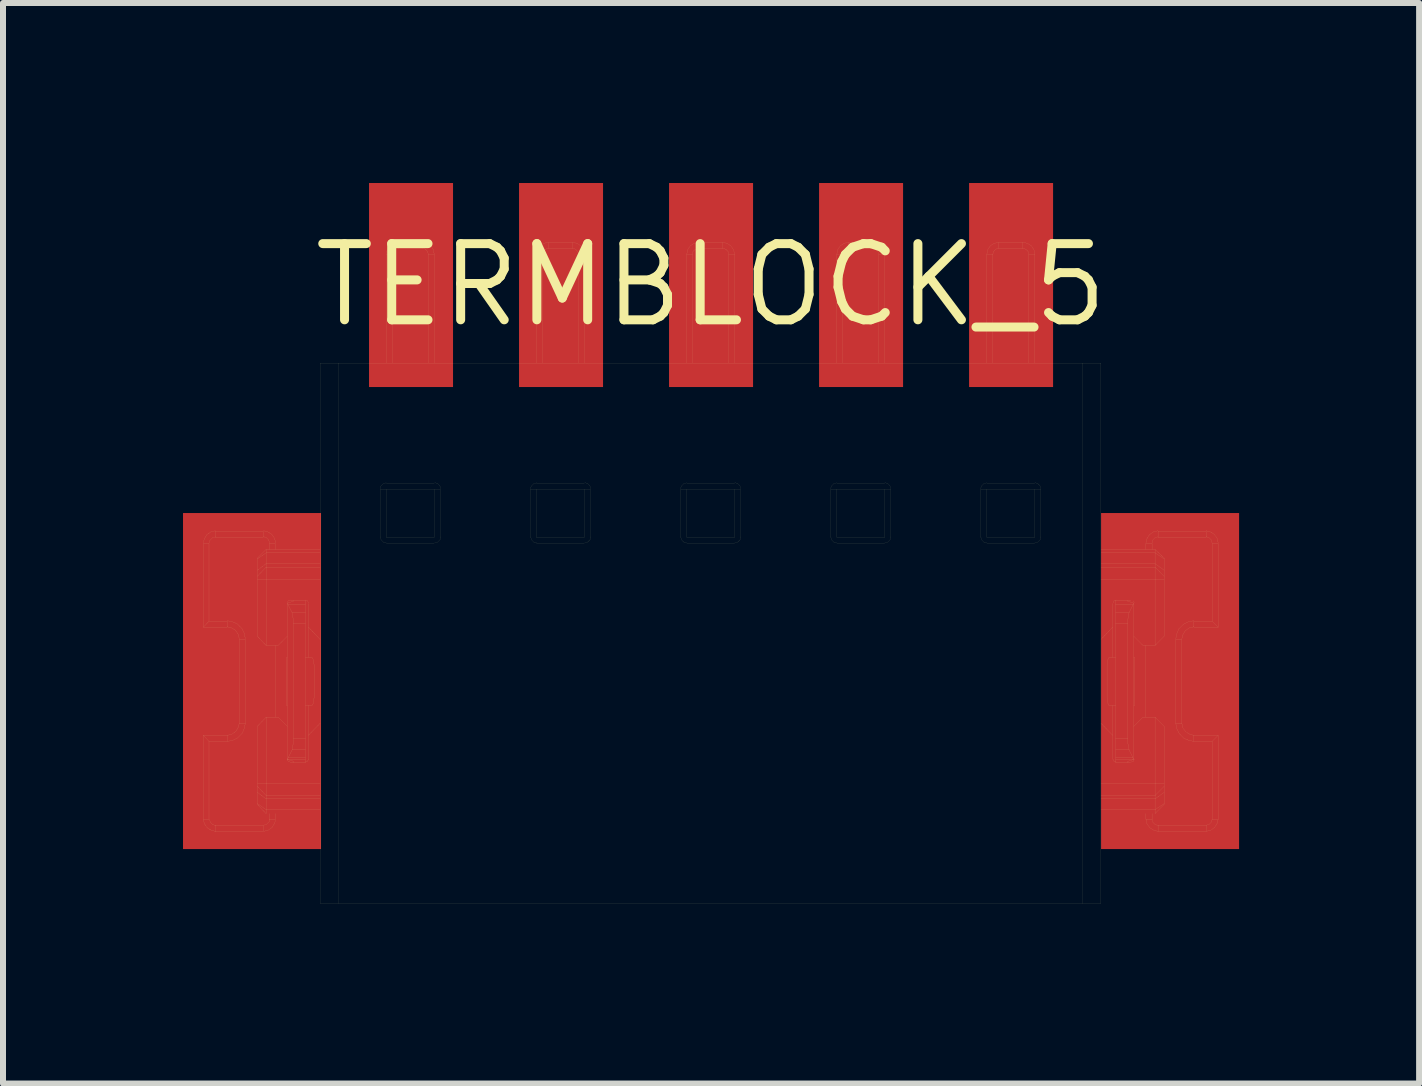
<source format=kicad_pcb>
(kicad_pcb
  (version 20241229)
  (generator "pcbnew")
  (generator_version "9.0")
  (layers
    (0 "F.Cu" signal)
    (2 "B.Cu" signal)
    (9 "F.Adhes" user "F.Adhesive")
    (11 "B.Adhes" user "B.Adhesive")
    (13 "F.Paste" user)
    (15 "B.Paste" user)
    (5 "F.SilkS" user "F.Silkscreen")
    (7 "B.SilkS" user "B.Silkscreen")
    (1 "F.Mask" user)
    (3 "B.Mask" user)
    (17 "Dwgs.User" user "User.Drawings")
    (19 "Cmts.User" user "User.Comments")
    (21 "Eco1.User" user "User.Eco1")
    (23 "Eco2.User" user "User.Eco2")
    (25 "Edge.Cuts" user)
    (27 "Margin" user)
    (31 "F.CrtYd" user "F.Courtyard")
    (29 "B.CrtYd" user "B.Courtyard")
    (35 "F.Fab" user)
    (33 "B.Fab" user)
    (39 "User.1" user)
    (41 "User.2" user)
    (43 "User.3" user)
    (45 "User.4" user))
  (footprint "TERMBLOCK_5"
    (layer "F.Cu")
    (at 8.8 1.7)
    (property "Reference" "TERMBLOCK_5" (at 0 0 0) (layer "F.SilkS") (effects (font (size 1.27 1.27) (thickness 0.15))))
    (attr through_hole)
    (fp_line (start -8.461 4.305) (end -8.461 5.703) (stroke (width 0.001) (type solid)) (layer "F.SilkS"))
    (fp_line (start -8.461 4.305) (end -8.367 4.305) (stroke (width 0.001) (type solid)) (layer "F.SilkS"))
    (fp_line (start -8.461 5.703) (end -8.367 5.602) (stroke (width 0.001) (type solid)) (layer "F.SilkS"))
    (fp_line (start -8.461 5.703) (end -8.064 5.703) (stroke (width 0.001) (type solid)) (layer "F.SilkS"))
    (fp_line (start -8.461 7.504) (end -8.064 7.504) (stroke (width 0.001) (type solid)) (layer "F.SilkS"))
    (fp_line (start -8.461 8.902) (end -8.461 7.504) (stroke (width 0.001) (type solid)) (layer "F.SilkS"))
    (fp_line (start -8.446 4.233) (end -8.461 4.298) (stroke (width 0.001) (type solid)) (layer "F.SilkS"))
    (fp_line (start -8.446 8.974) (end -8.461 8.902) (stroke (width 0.001) (type solid)) (layer "F.SilkS"))
    (fp_line (start -8.403 4.161) (end -8.446 4.233) (stroke (width 0.001) (type solid)) (layer "F.SilkS"))
    (fp_line (start -8.396 9.046) (end -8.446 8.974) (stroke (width 0.001) (type solid)) (layer "F.SilkS"))
    (fp_line (start -8.367 5.602) (end -8.367 4.305) (stroke (width 0.001) (type solid)) (layer "F.SilkS"))
    (fp_line (start -8.367 5.602) (end -8.064 5.602) (stroke (width 0.001) (type solid)) (layer "F.SilkS"))
    (fp_line (start -8.367 7.605) (end -8.461 7.504) (stroke (width 0.001) (type solid)) (layer "F.SilkS"))
    (fp_line (start -8.367 7.605) (end -8.064 7.605) (stroke (width 0.001) (type solid)) (layer "F.SilkS"))
    (fp_line (start -8.367 8.902) (end -8.461 8.902) (stroke (width 0.001) (type solid)) (layer "F.SilkS"))
    (fp_line (start -8.367 8.902) (end -8.367 7.605) (stroke (width 0.001) (type solid)) (layer "F.SilkS"))
    (fp_line (start -8.36 8.902) (end -8.345 8.953) (stroke (width 0.001) (type solid)) (layer "F.SilkS"))
    (fp_line (start -8.352 4.255) (end -8.36 4.298) (stroke (width 0.001) (type solid)) (layer "F.SilkS"))
    (fp_line (start -8.345 8.953) (end -8.302 8.996) (stroke (width 0.001) (type solid)) (layer "F.SilkS"))
    (fp_line (start -8.331 4.11) (end -8.403 4.161) (stroke (width 0.001) (type solid)) (layer "F.SilkS"))
    (fp_line (start -8.324 9.09) (end -8.396 9.046) (stroke (width 0.001) (type solid)) (layer "F.SilkS"))
    (fp_line (start -8.309 4.211) (end -8.352 4.255) (stroke (width 0.001) (type solid)) (layer "F.SilkS"))
    (fp_line (start -8.302 8.996) (end -8.259 9.003) (stroke (width 0.001) (type solid)) (layer "F.SilkS"))
    (fp_line (start -8.266 4.103) (end -8.266 4.204) (stroke (width 0.001) (type solid)) (layer "F.SilkS"))
    (fp_line (start -8.266 4.103) (end -7.466 4.103) (stroke (width 0.001) (type solid)) (layer "F.SilkS"))
    (fp_line (start -8.266 4.204) (end -7.466 4.204) (stroke (width 0.001) (type solid)) (layer "F.SilkS"))
    (fp_line (start -8.266 9.003) (end -8.259 9.003) (stroke (width 0.001) (type solid)) (layer "F.SilkS"))
    (fp_line (start -8.266 9.104) (end -8.266 9.003) (stroke (width 0.001) (type solid)) (layer "F.SilkS"))
    (fp_line (start -8.266 9.104) (end -7.466 9.104) (stroke (width 0.001) (type solid)) (layer "F.SilkS"))
    (fp_line (start -8.259 4.096) (end -8.331 4.11) (stroke (width 0.001) (type solid)) (layer "F.SilkS"))
    (fp_line (start -8.259 4.197) (end -8.309 4.211) (stroke (width 0.001) (type solid)) (layer "F.SilkS"))
    (fp_line (start -8.259 9.003) (end -7.466 9.003) (stroke (width 0.001) (type solid)) (layer "F.SilkS"))
    (fp_line (start -8.259 9.104) (end -8.324 9.09) (stroke (width 0.001) (type solid)) (layer "F.SilkS"))
    (fp_line (start -8.064 5.696) (end -8.064 5.602) (stroke (width 0.001) (type solid)) (layer "F.SilkS"))
    (fp_line (start -8.064 5.703) (end -8.064 5.696) (stroke (width 0.001) (type solid)) (layer "F.SilkS"))
    (fp_line (start -8.064 7.504) (end -8.064 7.605) (stroke (width 0.001) (type solid)) (layer "F.SilkS"))
    (fp_line (start -8.064 7.504) (end -7.992 7.49) (stroke (width 0.001) (type solid)) (layer "F.SilkS"))
    (fp_line (start -8.064 7.605) (end -7.978 7.591) (stroke (width 0.001) (type solid)) (layer "F.SilkS"))
    (fp_line (start -7.999 5.71) (end -8.064 5.696) (stroke (width 0.001) (type solid)) (layer "F.SilkS"))
    (fp_line (start -7.992 7.49) (end -7.92 7.439) (stroke (width 0.001) (type solid)) (layer "F.SilkS"))
    (fp_line (start -7.985 5.609) (end -8.064 5.595) (stroke (width 0.001) (type solid)) (layer "F.SilkS"))
    (fp_line (start -7.978 7.591) (end -7.891 7.548) (stroke (width 0.001) (type solid)) (layer "F.SilkS"))
    (fp_line (start -7.927 5.753) (end -7.999 5.71) (stroke (width 0.001) (type solid)) (layer "F.SilkS"))
    (fp_line (start -7.92 7.439) (end -7.877 7.367) (stroke (width 0.001) (type solid)) (layer "F.SilkS"))
    (fp_line (start -7.899 5.645) (end -7.985 5.609) (stroke (width 0.001) (type solid)) (layer "F.SilkS"))
    (fp_line (start -7.891 7.548) (end -7.812 7.468) (stroke (width 0.001) (type solid)) (layer "F.SilkS"))
    (fp_line (start -7.877 5.825) (end -7.927 5.753) (stroke (width 0.001) (type solid)) (layer "F.SilkS"))
    (fp_line (start -7.877 7.367) (end -7.863 7.303) (stroke (width 0.001) (type solid)) (layer "F.SilkS"))
    (fp_line (start -7.863 5.897) (end -7.877 5.825) (stroke (width 0.001) (type solid)) (layer "F.SilkS"))
    (fp_line (start -7.863 7.303) (end -7.863 5.905) (stroke (width 0.001) (type solid)) (layer "F.SilkS"))
    (fp_line (start -7.819 5.724) (end -7.899 5.645) (stroke (width 0.001) (type solid)) (layer "F.SilkS"))
    (fp_line (start -7.812 7.468) (end -7.776 7.382) (stroke (width 0.001) (type solid)) (layer "F.SilkS"))
    (fp_line (start -7.776 5.811) (end -7.819 5.724) (stroke (width 0.001) (type solid)) (layer "F.SilkS"))
    (fp_line (start -7.776 7.382) (end -7.762 7.303) (stroke (width 0.001) (type solid)) (layer "F.SilkS"))
    (fp_line (start -7.762 5.897) (end -7.776 5.811) (stroke (width 0.001) (type solid)) (layer "F.SilkS"))
    (fp_line (start -7.762 5.905) (end -7.863 5.905) (stroke (width 0.001) (type solid)) (layer "F.SilkS"))
    (fp_line (start -7.762 7.303) (end -7.863 7.303) (stroke (width 0.001) (type solid)) (layer "F.SilkS"))
    (fp_line (start -7.762 7.303) (end -7.762 5.905) (stroke (width 0.001) (type solid)) (layer "F.SilkS"))
    (fp_line (start -7.56 4.55) (end -7.416 4.406) (stroke (width 0.001) (type solid)) (layer "F.SilkS"))
    (fp_line (start -7.56 4.564) (end -7.56 4.55) (stroke (width 0.001) (type solid)) (layer "F.SilkS"))
    (fp_line (start -7.56 4.564) (end -7.416 4.463) (stroke (width 0.001) (type solid)) (layer "F.SilkS"))
    (fp_line (start -7.56 4.752) (end -7.56 4.564) (stroke (width 0.001) (type solid)) (layer "F.SilkS"))
    (fp_line (start -7.56 4.853) (end -7.56 4.752) (stroke (width 0.001) (type solid)) (layer "F.SilkS"))
    (fp_line (start -7.56 4.903) (end -7.56 4.853) (stroke (width 0.001) (type solid)) (layer "F.SilkS"))
    (fp_line (start -7.56 4.903) (end -7.416 4.903) (stroke (width 0.001) (type solid)) (layer "F.SilkS"))
    (fp_line (start -7.56 5.854) (end -7.56 4.903) (stroke (width 0.001) (type solid)) (layer "F.SilkS"))
    (fp_line (start -7.56 7.353) (end -7.56 8.304) (stroke (width 0.001) (type solid)) (layer "F.SilkS"))
    (fp_line (start -7.56 8.304) (end -7.56 8.355) (stroke (width 0.001) (type solid)) (layer "F.SilkS"))
    (fp_line (start -7.56 8.355) (end -7.56 8.455) (stroke (width 0.001) (type solid)) (layer "F.SilkS"))
    (fp_line (start -7.56 8.355) (end -7.416 8.506) (stroke (width 0.001) (type solid)) (layer "F.SilkS"))
    (fp_line (start -7.56 8.455) (end -7.56 8.643) (stroke (width 0.001) (type solid)) (layer "F.SilkS"))
    (fp_line (start -7.56 8.455) (end -7.416 8.564) (stroke (width 0.001) (type solid)) (layer "F.SilkS"))
    (fp_line (start -7.56 8.643) (end -7.56 8.657) (stroke (width 0.001) (type solid)) (layer "F.SilkS"))
    (fp_line (start -7.56 8.643) (end -7.416 8.744) (stroke (width 0.001) (type solid)) (layer "F.SilkS"))
    (fp_line (start -7.56 8.657) (end -7.416 8.809) (stroke (width 0.001) (type solid)) (layer "F.SilkS"))
    (fp_line (start -7.466 4.204) (end -7.466 4.103) (stroke (width 0.001) (type solid)) (layer "F.SilkS"))
    (fp_line (start -7.466 9.003) (end -7.466 9.104) (stroke (width 0.001) (type solid)) (layer "F.SilkS"))
    (fp_line (start -7.459 9.003) (end -7.409 8.989) (stroke (width 0.001) (type solid)) (layer "F.SilkS"))
    (fp_line (start -7.459 9.104) (end -7.387 9.09) (stroke (width 0.001) (type solid)) (layer "F.SilkS"))
    (fp_line (start -7.416 4.204) (end -7.459 4.197) (stroke (width 0.001) (type solid)) (layer "F.SilkS"))
    (fp_line (start -7.416 4.406) (end -6.515 4.406) (stroke (width 0.001) (type solid)) (layer "F.SilkS"))
    (fp_line (start -7.416 4.463) (end -7.416 4.406) (stroke (width 0.001) (type solid)) (layer "F.SilkS"))
    (fp_line (start -7.416 4.463) (end -6.515 4.463) (stroke (width 0.001) (type solid)) (layer "F.SilkS"))
    (fp_line (start -7.416 4.644) (end -7.56 4.752) (stroke (width 0.001) (type solid)) (layer "F.SilkS"))
    (fp_line (start -7.416 4.644) (end -7.416 4.463) (stroke (width 0.001) (type solid)) (layer "F.SilkS"))
    (fp_line (start -7.416 4.701) (end -7.56 4.853) (stroke (width 0.001) (type solid)) (layer "F.SilkS"))
    (fp_line (start -7.416 4.701) (end -7.416 4.644) (stroke (width 0.001) (type solid)) (layer "F.SilkS"))
    (fp_line (start -7.416 4.903) (end -7.416 4.701) (stroke (width 0.001) (type solid)) (layer "F.SilkS"))
    (fp_line (start -7.416 4.903) (end -6.515 4.903) (stroke (width 0.001) (type solid)) (layer "F.SilkS"))
    (fp_line (start -7.416 6.006) (end -7.56 5.854) (stroke (width 0.001) (type solid)) (layer "F.SilkS"))
    (fp_line (start -7.416 6.006) (end -7.416 4.903) (stroke (width 0.001) (type solid)) (layer "F.SilkS"))
    (fp_line (start -7.416 7.202) (end -7.56 7.353) (stroke (width 0.001) (type solid)) (layer "F.SilkS"))
    (fp_line (start -7.416 7.202) (end -7.214 7.202) (stroke (width 0.001) (type solid)) (layer "F.SilkS"))
    (fp_line (start -7.416 8.304) (end -7.56 8.304) (stroke (width 0.001) (type solid)) (layer "F.SilkS"))
    (fp_line (start -7.416 8.304) (end -7.416 7.202) (stroke (width 0.001) (type solid)) (layer "F.SilkS"))
    (fp_line (start -7.416 8.506) (end -7.416 8.304) (stroke (width 0.001) (type solid)) (layer "F.SilkS"))
    (fp_line (start -7.416 8.506) (end -6.515 8.506) (stroke (width 0.001) (type solid)) (layer "F.SilkS"))
    (fp_line (start -7.416 8.564) (end -7.416 8.506) (stroke (width 0.001) (type solid)) (layer "F.SilkS"))
    (fp_line (start -7.416 8.564) (end -6.515 8.564) (stroke (width 0.001) (type solid)) (layer "F.SilkS"))
    (fp_line (start -7.416 8.744) (end -7.416 8.564) (stroke (width 0.001) (type solid)) (layer "F.SilkS"))
    (fp_line (start -7.416 8.744) (end -6.515 8.744) (stroke (width 0.001) (type solid)) (layer "F.SilkS"))
    (fp_line (start -7.416 8.809) (end -7.416 8.744) (stroke (width 0.001) (type solid)) (layer "F.SilkS"))
    (fp_line (start -7.409 8.989) (end -7.365 8.945) (stroke (width 0.001) (type solid)) (layer "F.SilkS"))
    (fp_line (start -7.394 4.11) (end -7.459 4.096) (stroke (width 0.001) (type solid)) (layer "F.SilkS"))
    (fp_line (start -7.387 9.09) (end -7.315 9.039) (stroke (width 0.001) (type solid)) (layer "F.SilkS"))
    (fp_line (start -7.373 4.247) (end -7.416 4.204) (stroke (width 0.001) (type solid)) (layer "F.SilkS"))
    (fp_line (start -7.365 4.305) (end -7.264 4.305) (stroke (width 0.001) (type solid)) (layer "F.SilkS"))
    (fp_line (start -7.365 4.406) (end -7.365 4.305) (stroke (width 0.001) (type solid)) (layer "F.SilkS"))
    (fp_line (start -7.365 8.809) (end -7.365 8.902) (stroke (width 0.001) (type solid)) (layer "F.SilkS"))
    (fp_line (start -7.365 8.902) (end -7.358 8.902) (stroke (width 0.001) (type solid)) (layer "F.SilkS"))
    (fp_line (start -7.365 8.945) (end -7.358 8.902) (stroke (width 0.001) (type solid)) (layer "F.SilkS"))
    (fp_line (start -7.358 4.298) (end -7.373 4.247) (stroke (width 0.001) (type solid)) (layer "F.SilkS"))
    (fp_line (start -7.358 8.902) (end -7.264 8.902) (stroke (width 0.001) (type solid)) (layer "F.SilkS"))
    (fp_line (start -7.322 4.154) (end -7.394 4.11) (stroke (width 0.001) (type solid)) (layer "F.SilkS"))
    (fp_line (start -7.315 9.039) (end -7.272 8.967) (stroke (width 0.001) (type solid)) (layer "F.SilkS"))
    (fp_line (start -7.272 4.226) (end -7.322 4.154) (stroke (width 0.001) (type solid)) (layer "F.SilkS"))
    (fp_line (start -7.272 8.967) (end -7.257 8.902) (stroke (width 0.001) (type solid)) (layer "F.SilkS"))
    (fp_line (start -7.264 4.305) (end -7.264 4.406) (stroke (width 0.001) (type solid)) (layer "F.SilkS"))
    (fp_line (start -7.264 6.006) (end -7.416 6.006) (stroke (width 0.001) (type solid)) (layer "F.SilkS"))
    (fp_line (start -7.264 7.202) (end -7.264 6.006) (stroke (width 0.001) (type solid)) (layer "F.SilkS"))
    (fp_line (start -7.264 8.902) (end -7.264 8.809) (stroke (width 0.001) (type solid)) (layer "F.SilkS"))
    (fp_line (start -7.257 4.298) (end -7.272 4.226) (stroke (width 0.001) (type solid)) (layer "F.SilkS"))
    (fp_line (start -7.214 6.006) (end -7.264 6.006) (stroke (width 0.001) (type solid)) (layer "F.SilkS"))
    (fp_line (start -7.214 7.202) (end -7.063 7.353) (stroke (width 0.001) (type solid)) (layer "F.SilkS"))
    (fp_line (start -7.077 6.207) (end -7.077 7.007) (stroke (width 0.001) (type solid)) (layer "F.SilkS"))
    (fp_line (start -7.077 7.007) (end -7.063 7.007) (stroke (width 0.001) (type solid)) (layer "F.SilkS"))
    (fp_line (start -7.063 5.307) (end -7.055 5.321) (stroke (width 0.001) (type solid)) (layer "F.SilkS"))
    (fp_line (start -7.063 5.854) (end -7.214 6.006) (stroke (width 0.001) (type solid)) (layer "F.SilkS"))
    (fp_line (start -7.063 5.854) (end -7.063 5.307) (stroke (width 0.001) (type solid)) (layer "F.SilkS"))
    (fp_line (start -7.063 6.207) (end -7.077 6.207) (stroke (width 0.001) (type solid)) (layer "F.SilkS"))
    (fp_line (start -7.063 6.207) (end -7.063 5.854) (stroke (width 0.001) (type solid)) (layer "F.SilkS"))
    (fp_line (start -7.063 7.007) (end -7.063 6.207) (stroke (width 0.001) (type solid)) (layer "F.SilkS"))
    (fp_line (start -7.063 7.007) (end -7.063 7.353) (stroke (width 0.001) (type solid)) (layer "F.SilkS"))
    (fp_line (start -7.063 7.353) (end -7.063 7.901) (stroke (width 0.001) (type solid)) (layer "F.SilkS"))
    (fp_line (start -7.063 7.901) (end -7.063 7.908) (stroke (width 0.001) (type solid)) (layer "F.SilkS"))
    (fp_line (start -7.063 7.901) (end -7.048 7.937) (stroke (width 0.001) (type solid)) (layer "F.SilkS"))
    (fp_line (start -7.063 7.908) (end -7.034 7.915) (stroke (width 0.001) (type solid)) (layer "F.SilkS"))
    (fp_line (start -7.063 7.908) (end -6.76 7.908) (stroke (width 0.001) (type solid)) (layer "F.SilkS"))
    (fp_line (start -7.055 5.321) (end -7.048 5.328) (stroke (width 0.001) (type solid)) (layer "F.SilkS"))
    (fp_line (start -7.055 7.893) (end -7.063 7.901) (stroke (width 0.001) (type solid)) (layer "F.SilkS"))
    (fp_line (start -7.048 5.263) (end -7.063 5.299) (stroke (width 0.001) (type solid)) (layer "F.SilkS"))
    (fp_line (start -7.048 5.328) (end -6.983 5.458) (stroke (width 0.001) (type solid)) (layer "F.SilkS"))
    (fp_line (start -7.048 5.328) (end -6.76 5.328) (stroke (width 0.001) (type solid)) (layer "F.SilkS"))
    (fp_line (start -7.048 7.879) (end -7.055 7.893) (stroke (width 0.001) (type solid)) (layer "F.SilkS"))
    (fp_line (start -7.048 7.937) (end -7.012 7.951) (stroke (width 0.001) (type solid)) (layer "F.SilkS"))
    (fp_line (start -7.034 5.292) (end -7.063 5.307) (stroke (width 0.001) (type solid)) (layer "F.SilkS"))
    (fp_line (start -7.034 7.915) (end -7.012 7.922) (stroke (width 0.001) (type solid)) (layer "F.SilkS"))
    (fp_line (start -7.012 5.249) (end -7.048 5.263) (stroke (width 0.001) (type solid)) (layer "F.SilkS"))
    (fp_line (start -7.012 5.285) (end -7.034 5.292) (stroke (width 0.001) (type solid)) (layer "F.SilkS"))
    (fp_line (start -7.012 7.922) (end -6.983 7.929) (stroke (width 0.001) (type solid)) (layer "F.SilkS"))
    (fp_line (start -6.983 5.278) (end -7.012 5.285) (stroke (width 0.001) (type solid)) (layer "F.SilkS"))
    (fp_line (start -6.983 5.458) (end -6.976 5.487) (stroke (width 0.001) (type solid)) (layer "F.SilkS"))
    (fp_line (start -6.983 5.458) (end -6.76 5.458) (stroke (width 0.001) (type solid)) (layer "F.SilkS"))
    (fp_line (start -6.983 7.749) (end -7.048 7.879) (stroke (width 0.001) (type solid)) (layer "F.SilkS"))
    (fp_line (start -6.983 7.749) (end -6.76 7.749) (stroke (width 0.001) (type solid)) (layer "F.SilkS"))
    (fp_line (start -6.983 7.929) (end -6.962 7.937) (stroke (width 0.001) (type solid)) (layer "F.SilkS"))
    (fp_line (start -6.976 5.487) (end -6.969 5.53) (stroke (width 0.001) (type solid)) (layer "F.SilkS"))
    (fp_line (start -6.976 7.72) (end -6.983 7.749) (stroke (width 0.001) (type solid)) (layer "F.SilkS"))
    (fp_line (start -6.969 5.53) (end -6.962 5.588) (stroke (width 0.001) (type solid)) (layer "F.SilkS"))
    (fp_line (start -6.969 7.677) (end -6.976 7.72) (stroke (width 0.001) (type solid)) (layer "F.SilkS"))
    (fp_line (start -6.962 5.256) (end -7.012 5.256) (stroke (width 0.001) (type solid)) (layer "F.SilkS"))
    (fp_line (start -6.962 5.256) (end -6.962 5.271) (stroke (width 0.001) (type solid)) (layer "F.SilkS"))
    (fp_line (start -6.962 5.271) (end -6.983 5.278) (stroke (width 0.001) (type solid)) (layer "F.SilkS"))
    (fp_line (start -6.962 5.588) (end -6.962 5.645) (stroke (width 0.001) (type solid)) (layer "F.SilkS"))
    (fp_line (start -6.962 5.645) (end -6.962 7.562) (stroke (width 0.001) (type solid)) (layer "F.SilkS"))
    (fp_line (start -6.962 7.562) (end -6.962 7.62) (stroke (width 0.001) (type solid)) (layer "F.SilkS"))
    (fp_line (start -6.962 7.562) (end -6.76 7.562) (stroke (width 0.001) (type solid)) (layer "F.SilkS"))
    (fp_line (start -6.962 7.62) (end -6.969 7.677) (stroke (width 0.001) (type solid)) (layer "F.SilkS"))
    (fp_line (start -6.962 7.937) (end -6.962 7.958) (stroke (width 0.001) (type solid)) (layer "F.SilkS"))
    (fp_line (start -6.76 5.256) (end -6.962 5.256) (stroke (width 0.001) (type solid)) (layer "F.SilkS"))
    (fp_line (start -6.76 5.307) (end -7.063 5.307) (stroke (width 0.001) (type solid)) (layer "F.SilkS"))
    (fp_line (start -6.76 5.307) (end -6.76 5.256) (stroke (width 0.001) (type solid)) (layer "F.SilkS"))
    (fp_line (start -6.76 5.328) (end -6.76 5.307) (stroke (width 0.001) (type solid)) (layer "F.SilkS"))
    (fp_line (start -6.76 5.458) (end -6.76 5.328) (stroke (width 0.001) (type solid)) (layer "F.SilkS"))
    (fp_line (start -6.76 5.645) (end -6.962 5.645) (stroke (width 0.001) (type solid)) (layer "F.SilkS"))
    (fp_line (start -6.76 5.645) (end -6.76 5.458) (stroke (width 0.001) (type solid)) (layer "F.SilkS"))
    (fp_line (start -6.76 6.207) (end -6.76 5.645) (stroke (width 0.001) (type solid)) (layer "F.SilkS"))
    (fp_line (start -6.76 6.207) (end -6.76 7.007) (stroke (width 0.001) (type solid)) (layer "F.SilkS"))
    (fp_line (start -6.76 7.007) (end -6.71 7.007) (stroke (width 0.001) (type solid)) (layer "F.SilkS"))
    (fp_line (start -6.76 7.562) (end -6.76 7.007) (stroke (width 0.001) (type solid)) (layer "F.SilkS"))
    (fp_line (start -6.76 7.749) (end -6.76 7.562) (stroke (width 0.001) (type solid)) (layer "F.SilkS"))
    (fp_line (start -6.76 7.879) (end -7.048 7.879) (stroke (width 0.001) (type solid)) (layer "F.SilkS"))
    (fp_line (start -6.76 7.879) (end -6.76 7.749) (stroke (width 0.001) (type solid)) (layer "F.SilkS"))
    (fp_line (start -6.76 7.908) (end -6.76 7.879) (stroke (width 0.001) (type solid)) (layer "F.SilkS"))
    (fp_line (start -6.76 7.908) (end -6.76 7.951) (stroke (width 0.001) (type solid)) (layer "F.SilkS"))
    (fp_line (start -6.76 7.951) (end -6.76 7.958) (stroke (width 0.001) (type solid)) (layer "F.SilkS"))
    (fp_line (start -6.76 7.951) (end -6.724 7.937) (stroke (width 0.001) (type solid)) (layer "F.SilkS"))
    (fp_line (start -6.76 7.958) (end -7.012 7.958) (stroke (width 0.001) (type solid)) (layer "F.SilkS"))
    (fp_line (start -6.724 5.263) (end -6.76 5.249) (stroke (width 0.001) (type solid)) (layer "F.SilkS"))
    (fp_line (start -6.724 7.937) (end -6.71 7.901) (stroke (width 0.001) (type solid)) (layer "F.SilkS"))
    (fp_line (start -6.71 5.299) (end -6.724 5.263) (stroke (width 0.001) (type solid)) (layer "F.SilkS"))
    (fp_line (start -6.71 5.307) (end -6.71 5.703) (stroke (width 0.001) (type solid)) (layer "F.SilkS"))
    (fp_line (start -6.71 5.703) (end -6.71 6.207) (stroke (width 0.001) (type solid)) (layer "F.SilkS"))
    (fp_line (start -6.71 6.207) (end -6.76 6.207) (stroke (width 0.001) (type solid)) (layer "F.SilkS"))
    (fp_line (start -6.71 7.007) (end -6.652 7.007) (stroke (width 0.001) (type solid)) (layer "F.SilkS"))
    (fp_line (start -6.71 7.504) (end -6.71 7.007) (stroke (width 0.001) (type solid)) (layer "F.SilkS"))
    (fp_line (start -6.71 7.504) (end -6.71 7.901) (stroke (width 0.001) (type solid)) (layer "F.SilkS"))
    (fp_line (start -6.71 7.901) (end -6.71 7.908) (stroke (width 0.001) (type solid)) (layer "F.SilkS"))
    (fp_line (start -6.652 6.207) (end -6.71 6.207) (stroke (width 0.001) (type solid)) (layer "F.SilkS"))
    (fp_line (start -6.652 7.007) (end -6.638 6.993) (stroke (width 0.001) (type solid)) (layer "F.SilkS"))
    (fp_line (start -6.638 6.222) (end -6.652 6.207) (stroke (width 0.001) (type solid)) (layer "F.SilkS"))
    (fp_line (start -6.638 6.993) (end -6.623 6.949) (stroke (width 0.001) (type solid)) (layer "F.SilkS"))
    (fp_line (start -6.623 6.265) (end -6.638 6.222) (stroke (width 0.001) (type solid)) (layer "F.SilkS"))
    (fp_line (start -6.623 6.949) (end -6.616 6.877) (stroke (width 0.001) (type solid)) (layer "F.SilkS"))
    (fp_line (start -6.616 6.33) (end -6.623 6.265) (stroke (width 0.001) (type solid)) (layer "F.SilkS"))
    (fp_line (start -6.616 6.877) (end -6.609 6.805) (stroke (width 0.001) (type solid)) (layer "F.SilkS"))
    (fp_line (start -6.609 6.402) (end -6.616 6.33) (stroke (width 0.001) (type solid)) (layer "F.SilkS"))
    (fp_line (start -6.609 6.805) (end -6.609 6.402) (stroke (width 0.001) (type solid)) (layer "F.SilkS"))
    (fp_line (start -6.515 1.3) (end -6.515 4.406) (stroke (width 0.001) (type solid)) (layer "F.SilkS"))
    (fp_line (start -6.515 4.406) (end -6.515 4.463) (stroke (width 0.001) (type solid)) (layer "F.SilkS"))
    (fp_line (start -6.515 4.463) (end -6.515 4.644) (stroke (width 0.001) (type solid)) (layer "F.SilkS"))
    (fp_line (start -6.515 4.644) (end -7.416 4.644) (stroke (width 0.001) (type solid)) (layer "F.SilkS"))
    (fp_line (start -6.515 4.644) (end -6.515 4.701) (stroke (width 0.001) (type solid)) (layer "F.SilkS"))
    (fp_line (start -6.515 4.701) (end -7.416 4.701) (stroke (width 0.001) (type solid)) (layer "F.SilkS"))
    (fp_line (start -6.515 4.701) (end -6.515 4.903) (stroke (width 0.001) (type solid)) (layer "F.SilkS"))
    (fp_line (start -6.515 4.903) (end -6.515 5.905) (stroke (width 0.001) (type solid)) (layer "F.SilkS"))
    (fp_line (start -6.515 5.905) (end -6.71 5.703) (stroke (width 0.001) (type solid)) (layer "F.SilkS"))
    (fp_line (start -6.515 5.905) (end -6.515 7.303) (stroke (width 0.001) (type solid)) (layer "F.SilkS"))
    (fp_line (start -6.515 7.303) (end -6.71 7.504) (stroke (width 0.001) (type solid)) (layer "F.SilkS"))
    (fp_line (start -6.515 8.304) (end -7.416 8.304) (stroke (width 0.001) (type solid)) (layer "F.SilkS"))
    (fp_line (start -6.515 8.304) (end -6.515 7.303) (stroke (width 0.001) (type solid)) (layer "F.SilkS"))
    (fp_line (start -6.515 8.506) (end -6.515 8.304) (stroke (width 0.001) (type solid)) (layer "F.SilkS"))
    (fp_line (start -6.515 8.506) (end -6.515 8.564) (stroke (width 0.001) (type solid)) (layer "F.SilkS"))
    (fp_line (start -6.515 8.564) (end -6.515 8.744) (stroke (width 0.001) (type solid)) (layer "F.SilkS"))
    (fp_line (start -6.515 8.744) (end -6.515 8.809) (stroke (width 0.001) (type solid)) (layer "F.SilkS"))
    (fp_line (start -6.515 8.809) (end -7.416 8.809) (stroke (width 0.001) (type solid)) (layer "F.SilkS"))
    (fp_line (start -6.515 10.307) (end -6.515 8.809) (stroke (width 0.001) (type solid)) (layer "F.SilkS"))
    (fp_line (start -6.212 1.3) (end -6.515 1.3) (stroke (width 0.001) (type solid)) (layer "F.SilkS"))
    (fp_line (start -6.212 10.307) (end -6.515 10.307) (stroke (width 0.001) (type solid)) (layer "F.SilkS"))
    (fp_line (start -6.212 10.307) (end -6.212 1.3) (stroke (width 0.001) (type solid)) (layer "F.SilkS"))
    (fp_line (start -5.513 3.404) (end -5.513 4.197) (stroke (width 0.001) (type solid)) (layer "F.SilkS"))
    (fp_line (start -5.513 3.404) (end -5.413 3.404) (stroke (width 0.001) (type solid)) (layer "F.SilkS"))
    (fp_line (start -5.513 4.197) (end -5.513 4.204) (stroke (width 0.001) (type solid)) (layer "F.SilkS"))
    (fp_line (start -5.513 4.197) (end -5.499 4.247) (stroke (width 0.001) (type solid)) (layer "F.SilkS"))
    (fp_line (start -5.506 3.354) (end -5.513 3.397) (stroke (width 0.001) (type solid)) (layer "F.SilkS"))
    (fp_line (start -5.499 4.247) (end -5.456 4.291) (stroke (width 0.001) (type solid)) (layer "F.SilkS"))
    (fp_line (start -5.463 3.311) (end -5.506 3.354) (stroke (width 0.001) (type solid)) (layer "F.SilkS"))
    (fp_line (start -5.456 4.291) (end -5.413 4.298) (stroke (width 0.001) (type solid)) (layer "F.SilkS"))
    (fp_line (start -5.413 -0.508) (end -5.398 -0.588) (stroke (width 0.001) (type solid)) (layer "F.SilkS"))
    (fp_line (start -5.413 -0.508) (end -5.312 -0.516) (stroke (width 0.001) (type solid)) (layer "F.SilkS"))
    (fp_line (start -5.413 1.3) (end -5.413 -0.508) (stroke (width 0.001) (type solid)) (layer "F.SilkS"))
    (fp_line (start -5.413 3.296) (end -5.463 3.311) (stroke (width 0.001) (type solid)) (layer "F.SilkS"))
    (fp_line (start -5.413 3.404) (end -5.413 4.204) (stroke (width 0.001) (type solid)) (layer "F.SilkS"))
    (fp_line (start -5.413 4.204) (end -4.613 4.204) (stroke (width 0.001) (type solid)) (layer "F.SilkS"))
    (fp_line (start -5.413 4.305) (end -4.613 4.305) (stroke (width 0.001) (type solid)) (layer "F.SilkS"))
    (fp_line (start -5.398 -0.588) (end -5.355 -0.653) (stroke (width 0.001) (type solid)) (layer "F.SilkS"))
    (fp_line (start -5.355 -0.653) (end -5.29 -0.696) (stroke (width 0.001) (type solid)) (layer "F.SilkS"))
    (fp_line (start -5.312 -0.516) (end -5.312 1.3) (stroke (width 0.001) (type solid)) (layer "F.SilkS"))
    (fp_line (start -5.305 -0.552) (end -5.312 -0.516) (stroke (width 0.001) (type solid)) (layer "F.SilkS"))
    (fp_line (start -5.29 -0.696) (end -5.211 -0.71) (stroke (width 0.001) (type solid)) (layer "F.SilkS"))
    (fp_line (start -5.283 -0.58) (end -5.305 -0.552) (stroke (width 0.001) (type solid)) (layer "F.SilkS"))
    (fp_line (start -5.247 -0.602) (end -5.283 -0.58) (stroke (width 0.001) (type solid)) (layer "F.SilkS"))
    (fp_line (start -5.211 -0.71) (end -5.211 -0.609) (stroke (width 0.001) (type solid)) (layer "F.SilkS"))
    (fp_line (start -5.211 -0.71) (end -4.815 -0.71) (stroke (width 0.001) (type solid)) (layer "F.SilkS"))
    (fp_line (start -5.211 -0.609) (end -5.247 -0.602) (stroke (width 0.001) (type solid)) (layer "F.SilkS"))
    (fp_line (start -4.815 -0.71) (end -4.735 -0.696) (stroke (width 0.001) (type solid)) (layer "F.SilkS"))
    (fp_line (start -4.815 -0.609) (end -5.211 -0.609) (stroke (width 0.001) (type solid)) (layer "F.SilkS"))
    (fp_line (start -4.815 -0.609) (end -4.815 -0.71) (stroke (width 0.001) (type solid)) (layer "F.SilkS"))
    (fp_line (start -4.771 -0.602) (end -4.815 -0.609) (stroke (width 0.001) (type solid)) (layer "F.SilkS"))
    (fp_line (start -4.742 -0.58) (end -4.771 -0.602) (stroke (width 0.001) (type solid)) (layer "F.SilkS"))
    (fp_line (start -4.735 -0.696) (end -4.67 -0.653) (stroke (width 0.001) (type solid)) (layer "F.SilkS"))
    (fp_line (start -4.721 -0.552) (end -4.742 -0.58) (stroke (width 0.001) (type solid)) (layer "F.SilkS"))
    (fp_line (start -4.714 -0.516) (end -4.721 -0.552) (stroke (width 0.001) (type solid)) (layer "F.SilkS"))
    (fp_line (start -4.714 -0.516) (end -4.613 -0.508) (stroke (width 0.001) (type solid)) (layer "F.SilkS"))
    (fp_line (start -4.714 1.3) (end -4.714 -0.516) (stroke (width 0.001) (type solid)) (layer "F.SilkS"))
    (fp_line (start -4.67 -0.653) (end -4.627 -0.588) (stroke (width 0.001) (type solid)) (layer "F.SilkS"))
    (fp_line (start -4.627 -0.588) (end -4.613 -0.508) (stroke (width 0.001) (type solid)) (layer "F.SilkS"))
    (fp_line (start -4.613 -0.508) (end -4.613 1.3) (stroke (width 0.001) (type solid)) (layer "F.SilkS"))
    (fp_line (start -4.613 3.303) (end -5.413 3.303) (stroke (width 0.001) (type solid)) (layer "F.SilkS"))
    (fp_line (start -4.613 3.404) (end -5.413 3.404) (stroke (width 0.001) (type solid)) (layer "F.SilkS"))
    (fp_line (start -4.613 4.204) (end -4.613 3.404) (stroke (width 0.001) (type solid)) (layer "F.SilkS"))
    (fp_line (start -4.606 4.298) (end -4.555 4.283) (stroke (width 0.001) (type solid)) (layer "F.SilkS"))
    (fp_line (start -4.562 3.303) (end -4.606 3.296) (stroke (width 0.001) (type solid)) (layer "F.SilkS"))
    (fp_line (start -4.555 4.283) (end -4.512 4.24) (stroke (width 0.001) (type solid)) (layer "F.SilkS"))
    (fp_line (start -4.519 3.347) (end -4.562 3.303) (stroke (width 0.001) (type solid)) (layer "F.SilkS"))
    (fp_line (start -4.512 3.404) (end -4.613 3.404) (stroke (width 0.001) (type solid)) (layer "F.SilkS"))
    (fp_line (start -4.512 3.404) (end -4.512 4.204) (stroke (width 0.001) (type solid)) (layer "F.SilkS"))
    (fp_line (start -4.512 4.24) (end -4.505 4.197) (stroke (width 0.001) (type solid)) (layer "F.SilkS"))
    (fp_line (start -4.505 3.397) (end -4.519 3.347) (stroke (width 0.001) (type solid)) (layer "F.SilkS"))
    (fp_line (start -3.013 3.404) (end -3.013 4.204) (stroke (width 0.001) (type solid)) (layer "F.SilkS"))
    (fp_line (start -3.013 3.404) (end -2.912 3.404) (stroke (width 0.001) (type solid)) (layer "F.SilkS"))
    (fp_line (start -3.006 4.197) (end -2.991 4.247) (stroke (width 0.001) (type solid)) (layer "F.SilkS"))
    (fp_line (start -2.999 3.354) (end -3.006 3.397) (stroke (width 0.001) (type solid)) (layer "F.SilkS"))
    (fp_line (start -2.991 4.247) (end -2.948 4.291) (stroke (width 0.001) (type solid)) (layer "F.SilkS"))
    (fp_line (start -2.955 3.311) (end -2.999 3.354) (stroke (width 0.001) (type solid)) (layer "F.SilkS"))
    (fp_line (start -2.948 4.291) (end -2.905 4.298) (stroke (width 0.001) (type solid)) (layer "F.SilkS"))
    (fp_line (start -2.912 -0.508) (end -2.912 1.3) (stroke (width 0.001) (type solid)) (layer "F.SilkS"))
    (fp_line (start -2.912 -0.508) (end -2.811 -0.516) (stroke (width 0.001) (type solid)) (layer "F.SilkS"))
    (fp_line (start -2.912 3.404) (end -2.912 4.204) (stroke (width 0.001) (type solid)) (layer "F.SilkS"))
    (fp_line (start -2.912 4.204) (end -2.112 4.204) (stroke (width 0.001) (type solid)) (layer "F.SilkS"))
    (fp_line (start -2.905 3.296) (end -2.955 3.311) (stroke (width 0.001) (type solid)) (layer "F.SilkS"))
    (fp_line (start -2.898 -0.588) (end -2.912 -0.508) (stroke (width 0.001) (type solid)) (layer "F.SilkS"))
    (fp_line (start -2.855 -0.653) (end -2.898 -0.588) (stroke (width 0.001) (type solid)) (layer "F.SilkS"))
    (fp_line (start -2.811 -0.516) (end -2.811 1.3) (stroke (width 0.001) (type solid)) (layer "F.SilkS"))
    (fp_line (start -2.804 -0.552) (end -2.811 -0.516) (stroke (width 0.001) (type solid)) (layer "F.SilkS"))
    (fp_line (start -2.79 -0.696) (end -2.855 -0.653) (stroke (width 0.001) (type solid)) (layer "F.SilkS"))
    (fp_line (start -2.783 -0.58) (end -2.804 -0.552) (stroke (width 0.001) (type solid)) (layer "F.SilkS"))
    (fp_line (start -2.747 -0.602) (end -2.783 -0.58) (stroke (width 0.001) (type solid)) (layer "F.SilkS"))
    (fp_line (start -2.71 -0.71) (end -2.79 -0.696) (stroke (width 0.001) (type solid)) (layer "F.SilkS"))
    (fp_line (start -2.71 -0.609) (end -2.747 -0.602) (stroke (width 0.001) (type solid)) (layer "F.SilkS"))
    (fp_line (start -2.71 -0.609) (end -2.71 -0.71) (stroke (width 0.001) (type solid)) (layer "F.SilkS"))
    (fp_line (start -2.307 -0.71) (end -2.71 -0.71) (stroke (width 0.001) (type solid)) (layer "F.SilkS"))
    (fp_line (start -2.307 -0.71) (end -2.307 -0.609) (stroke (width 0.001) (type solid)) (layer "F.SilkS"))
    (fp_line (start -2.307 -0.609) (end -2.71 -0.609) (stroke (width 0.001) (type solid)) (layer "F.SilkS"))
    (fp_line (start -2.271 -0.602) (end -2.307 -0.609) (stroke (width 0.001) (type solid)) (layer "F.SilkS"))
    (fp_line (start -2.242 -0.58) (end -2.271 -0.602) (stroke (width 0.001) (type solid)) (layer "F.SilkS"))
    (fp_line (start -2.235 -0.696) (end -2.307 -0.71) (stroke (width 0.001) (type solid)) (layer "F.SilkS"))
    (fp_line (start -2.22 -0.552) (end -2.242 -0.58) (stroke (width 0.001) (type solid)) (layer "F.SilkS"))
    (fp_line (start -2.206 -0.516) (end -2.22 -0.552) (stroke (width 0.001) (type solid)) (layer "F.SilkS"))
    (fp_line (start -2.206 -0.516) (end -2.112 -0.508) (stroke (width 0.001) (type solid)) (layer "F.SilkS"))
    (fp_line (start -2.206 1.3) (end -2.206 -0.516) (stroke (width 0.001) (type solid)) (layer "F.SilkS"))
    (fp_line (start -2.17 -0.653) (end -2.235 -0.696) (stroke (width 0.001) (type solid)) (layer "F.SilkS"))
    (fp_line (start -2.127 -0.588) (end -2.17 -0.653) (stroke (width 0.001) (type solid)) (layer "F.SilkS"))
    (fp_line (start -2.112 -0.508) (end -2.127 -0.588) (stroke (width 0.001) (type solid)) (layer "F.SilkS"))
    (fp_line (start -2.112 1.3) (end -2.112 -0.508) (stroke (width 0.001) (type solid)) (layer "F.SilkS"))
    (fp_line (start -2.112 3.303) (end -2.912 3.303) (stroke (width 0.001) (type solid)) (layer "F.SilkS"))
    (fp_line (start -2.112 3.404) (end -2.912 3.404) (stroke (width 0.001) (type solid)) (layer "F.SilkS"))
    (fp_line (start -2.112 4.204) (end -2.112 3.404) (stroke (width 0.001) (type solid)) (layer "F.SilkS"))
    (fp_line (start -2.112 4.305) (end -2.912 4.305) (stroke (width 0.001) (type solid)) (layer "F.SilkS"))
    (fp_line (start -2.105 4.298) (end -2.055 4.283) (stroke (width 0.001) (type solid)) (layer "F.SilkS"))
    (fp_line (start -2.062 3.303) (end -2.105 3.296) (stroke (width 0.001) (type solid)) (layer "F.SilkS"))
    (fp_line (start -2.055 4.283) (end -2.012 4.24) (stroke (width 0.001) (type solid)) (layer "F.SilkS"))
    (fp_line (start -2.019 3.347) (end -2.062 3.303) (stroke (width 0.001) (type solid)) (layer "F.SilkS"))
    (fp_line (start -2.012 3.404) (end -2.112 3.404) (stroke (width 0.001) (type solid)) (layer "F.SilkS"))
    (fp_line (start -2.012 3.404) (end -2.012 4.204) (stroke (width 0.001) (type solid)) (layer "F.SilkS"))
    (fp_line (start -2.012 4.24) (end -2.004 4.197) (stroke (width 0.001) (type solid)) (layer "F.SilkS"))
    (fp_line (start -2.004 3.397) (end -2.019 3.347) (stroke (width 0.001) (type solid)) (layer "F.SilkS"))
    (fp_line (start -0.506 3.404) (end -0.405 3.404) (stroke (width 0.001) (type solid)) (layer "F.SilkS"))
    (fp_line (start -0.506 4.197) (end -0.506 3.404) (stroke (width 0.001) (type solid)) (layer "F.SilkS"))
    (fp_line (start -0.506 4.197) (end -0.491 4.247) (stroke (width 0.001) (type solid)) (layer "F.SilkS"))
    (fp_line (start -0.506 4.204) (end -0.506 4.197) (stroke (width 0.001) (type solid)) (layer "F.SilkS"))
    (fp_line (start -0.498 3.354) (end -0.506 3.397) (stroke (width 0.001) (type solid)) (layer "F.SilkS"))
    (fp_line (start -0.491 4.247) (end -0.448 4.291) (stroke (width 0.001) (type solid)) (layer "F.SilkS"))
    (fp_line (start -0.455 3.311) (end -0.498 3.354) (stroke (width 0.001) (type solid)) (layer "F.SilkS"))
    (fp_line (start -0.448 4.291) (end -0.405 4.298) (stroke (width 0.001) (type solid)) (layer "F.SilkS"))
    (fp_line (start -0.405 -0.508) (end -0.405 1.3) (stroke (width 0.001) (type solid)) (layer "F.SilkS"))
    (fp_line (start -0.405 -0.508) (end -0.311 -0.516) (stroke (width 0.001) (type solid)) (layer "F.SilkS"))
    (fp_line (start -0.405 3.296) (end -0.455 3.311) (stroke (width 0.001) (type solid)) (layer "F.SilkS"))
    (fp_line (start -0.405 3.404) (end -0.405 4.204) (stroke (width 0.001) (type solid)) (layer "F.SilkS"))
    (fp_line (start -0.405 3.404) (end 0.395 3.404) (stroke (width 0.001) (type solid)) (layer "F.SilkS"))
    (fp_line (start -0.405 4.204) (end 0.395 4.204) (stroke (width 0.001) (type solid)) (layer "F.SilkS"))
    (fp_line (start -0.405 4.305) (end 0.395 4.305) (stroke (width 0.001) (type solid)) (layer "F.SilkS"))
    (fp_line (start -0.39 -0.588) (end -0.405 -0.508) (stroke (width 0.001) (type solid)) (layer "F.SilkS"))
    (fp_line (start -0.347 -0.653) (end -0.39 -0.588) (stroke (width 0.001) (type solid)) (layer "F.SilkS"))
    (fp_line (start -0.311 -0.516) (end -0.304 -0.552) (stroke (width 0.001) (type solid)) (layer "F.SilkS"))
    (fp_line (start -0.311 1.3) (end -0.311 -0.516) (stroke (width 0.001) (type solid)) (layer "F.SilkS"))
    (fp_line (start -0.304 -0.552) (end -0.282 -0.58) (stroke (width 0.001) (type solid)) (layer "F.SilkS"))
    (fp_line (start -0.282 -0.696) (end -0.347 -0.653) (stroke (width 0.001) (type solid)) (layer "F.SilkS"))
    (fp_line (start -0.282 -0.58) (end -0.246 -0.602) (stroke (width 0.001) (type solid)) (layer "F.SilkS"))
    (fp_line (start -0.246 -0.602) (end -0.21 -0.609) (stroke (width 0.001) (type solid)) (layer "F.SilkS"))
    (fp_line (start -0.21 -0.71) (end -0.282 -0.696) (stroke (width 0.001) (type solid)) (layer "F.SilkS"))
    (fp_line (start -0.21 -0.71) (end -0.21 -0.609) (stroke (width 0.001) (type solid)) (layer "F.SilkS"))
    (fp_line (start -0.21 -0.609) (end 0.193 -0.609) (stroke (width 0.001) (type solid)) (layer "F.SilkS"))
    (fp_line (start 0.193 -0.71) (end -0.21 -0.71) (stroke (width 0.001) (type solid)) (layer "F.SilkS"))
    (fp_line (start 0.193 -0.609) (end 0.193 -0.71) (stroke (width 0.001) (type solid)) (layer "F.SilkS"))
    (fp_line (start 0.193 -0.609) (end 0.229 -0.602) (stroke (width 0.001) (type solid)) (layer "F.SilkS"))
    (fp_line (start 0.229 -0.602) (end 0.265 -0.58) (stroke (width 0.001) (type solid)) (layer "F.SilkS"))
    (fp_line (start 0.265 -0.696) (end 0.193 -0.71) (stroke (width 0.001) (type solid)) (layer "F.SilkS"))
    (fp_line (start 0.265 -0.58) (end 0.287 -0.552) (stroke (width 0.001) (type solid)) (layer "F.SilkS"))
    (fp_line (start 0.287 -0.552) (end 0.294 -0.516) (stroke (width 0.001) (type solid)) (layer "F.SilkS"))
    (fp_line (start 0.294 -0.516) (end 0.294 1.3) (stroke (width 0.001) (type solid)) (layer "F.SilkS"))
    (fp_line (start 0.33 -0.653) (end 0.265 -0.696) (stroke (width 0.001) (type solid)) (layer "F.SilkS"))
    (fp_line (start 0.374 -0.588) (end 0.33 -0.653) (stroke (width 0.001) (type solid)) (layer "F.SilkS"))
    (fp_line (start 0.395 -0.508) (end 0.294 -0.516) (stroke (width 0.001) (type solid)) (layer "F.SilkS"))
    (fp_line (start 0.395 -0.508) (end 0.374 -0.588) (stroke (width 0.001) (type solid)) (layer "F.SilkS"))
    (fp_line (start 0.395 1.3) (end 0.395 -0.508) (stroke (width 0.001) (type solid)) (layer "F.SilkS"))
    (fp_line (start 0.395 3.303) (end -0.405 3.303) (stroke (width 0.001) (type solid)) (layer "F.SilkS"))
    (fp_line (start 0.395 3.404) (end 0.489 3.404) (stroke (width 0.001) (type solid)) (layer "F.SilkS"))
    (fp_line (start 0.395 4.204) (end 0.395 3.404) (stroke (width 0.001) (type solid)) (layer "F.SilkS"))
    (fp_line (start 0.395 4.298) (end 0.446 4.283) (stroke (width 0.001) (type solid)) (layer "F.SilkS"))
    (fp_line (start 0.438 3.303) (end 0.395 3.296) (stroke (width 0.001) (type solid)) (layer "F.SilkS"))
    (fp_line (start 0.446 4.283) (end 0.489 4.24) (stroke (width 0.001) (type solid)) (layer "F.SilkS"))
    (fp_line (start 0.482 3.347) (end 0.438 3.303) (stroke (width 0.001) (type solid)) (layer "F.SilkS"))
    (fp_line (start 0.489 4.204) (end 0.489 3.404) (stroke (width 0.001) (type solid)) (layer "F.SilkS"))
    (fp_line (start 0.489 4.24) (end 0.496 4.197) (stroke (width 0.001) (type solid)) (layer "F.SilkS"))
    (fp_line (start 0.496 3.397) (end 0.482 3.347) (stroke (width 0.001) (type solid)) (layer "F.SilkS"))
    (fp_line (start 1.995 3.404) (end 1.995 4.197) (stroke (width 0.001) (type solid)) (layer "F.SilkS"))
    (fp_line (start 1.995 4.197) (end 1.995 4.204) (stroke (width 0.001) (type solid)) (layer "F.SilkS"))
    (fp_line (start 1.995 4.197) (end 2.009 4.247) (stroke (width 0.001) (type solid)) (layer "F.SilkS"))
    (fp_line (start 2.002 3.354) (end 1.995 3.397) (stroke (width 0.001) (type solid)) (layer "F.SilkS"))
    (fp_line (start 2.009 4.247) (end 2.052 4.291) (stroke (width 0.001) (type solid)) (layer "F.SilkS"))
    (fp_line (start 2.045 3.311) (end 2.002 3.354) (stroke (width 0.001) (type solid)) (layer "F.SilkS"))
    (fp_line (start 2.052 4.291) (end 2.096 4.298) (stroke (width 0.001) (type solid)) (layer "F.SilkS"))
    (fp_line (start 2.096 -0.508) (end 2.096 1.3) (stroke (width 0.001) (type solid)) (layer "F.SilkS"))
    (fp_line (start 2.096 3.296) (end 2.045 3.311) (stroke (width 0.001) (type solid)) (layer "F.SilkS"))
    (fp_line (start 2.096 3.303) (end 2.896 3.303) (stroke (width 0.001) (type solid)) (layer "F.SilkS"))
    (fp_line (start 2.096 3.404) (end 1.995 3.404) (stroke (width 0.001) (type solid)) (layer "F.SilkS"))
    (fp_line (start 2.096 3.404) (end 2.896 3.404) (stroke (width 0.001) (type solid)) (layer "F.SilkS"))
    (fp_line (start 2.096 4.204) (end 2.096 3.404) (stroke (width 0.001) (type solid)) (layer "F.SilkS"))
    (fp_line (start 2.11 -0.588) (end 2.096 -0.508) (stroke (width 0.001) (type solid)) (layer "F.SilkS"))
    (fp_line (start 2.153 -0.653) (end 2.11 -0.588) (stroke (width 0.001) (type solid)) (layer "F.SilkS"))
    (fp_line (start 2.197 -0.516) (end 2.096 -0.508) (stroke (width 0.001) (type solid)) (layer "F.SilkS"))
    (fp_line (start 2.197 -0.516) (end 2.204 -0.552) (stroke (width 0.001) (type solid)) (layer "F.SilkS"))
    (fp_line (start 2.197 1.3) (end 2.197 -0.516) (stroke (width 0.001) (type solid)) (layer "F.SilkS"))
    (fp_line (start 2.204 -0.552) (end 2.225 -0.58) (stroke (width 0.001) (type solid)) (layer "F.SilkS"))
    (fp_line (start 2.218 -0.696) (end 2.153 -0.653) (stroke (width 0.001) (type solid)) (layer "F.SilkS"))
    (fp_line (start 2.225 -0.58) (end 2.254 -0.602) (stroke (width 0.001) (type solid)) (layer "F.SilkS"))
    (fp_line (start 2.254 -0.602) (end 2.29 -0.609) (stroke (width 0.001) (type solid)) (layer "F.SilkS"))
    (fp_line (start 2.29 -0.71) (end 2.218 -0.696) (stroke (width 0.001) (type solid)) (layer "F.SilkS"))
    (fp_line (start 2.29 -0.71) (end 2.29 -0.609) (stroke (width 0.001) (type solid)) (layer "F.SilkS"))
    (fp_line (start 2.29 -0.609) (end 2.694 -0.609) (stroke (width 0.001) (type solid)) (layer "F.SilkS"))
    (fp_line (start 2.694 -0.71) (end 2.29 -0.71) (stroke (width 0.001) (type solid)) (layer "F.SilkS"))
    (fp_line (start 2.694 -0.609) (end 2.694 -0.71) (stroke (width 0.001) (type solid)) (layer "F.SilkS"))
    (fp_line (start 2.694 -0.609) (end 2.73 -0.602) (stroke (width 0.001) (type solid)) (layer "F.SilkS"))
    (fp_line (start 2.73 -0.602) (end 2.766 -0.58) (stroke (width 0.001) (type solid)) (layer "F.SilkS"))
    (fp_line (start 2.766 -0.58) (end 2.787 -0.552) (stroke (width 0.001) (type solid)) (layer "F.SilkS"))
    (fp_line (start 2.773 -0.696) (end 2.694 -0.71) (stroke (width 0.001) (type solid)) (layer "F.SilkS"))
    (fp_line (start 2.787 -0.552) (end 2.795 -0.516) (stroke (width 0.001) (type solid)) (layer "F.SilkS"))
    (fp_line (start 2.795 -0.516) (end 2.795 1.3) (stroke (width 0.001) (type solid)) (layer "F.SilkS"))
    (fp_line (start 2.838 -0.653) (end 2.773 -0.696) (stroke (width 0.001) (type solid)) (layer "F.SilkS"))
    (fp_line (start 2.881 -0.588) (end 2.838 -0.653) (stroke (width 0.001) (type solid)) (layer "F.SilkS"))
    (fp_line (start 2.896 -0.508) (end 2.795 -0.516) (stroke (width 0.001) (type solid)) (layer "F.SilkS"))
    (fp_line (start 2.896 -0.508) (end 2.881 -0.588) (stroke (width 0.001) (type solid)) (layer "F.SilkS"))
    (fp_line (start 2.896 1.3) (end 2.896 -0.508) (stroke (width 0.001) (type solid)) (layer "F.SilkS"))
    (fp_line (start 2.896 3.404) (end 2.896 4.204) (stroke (width 0.001) (type solid)) (layer "F.SilkS"))
    (fp_line (start 2.896 4.204) (end 2.096 4.204) (stroke (width 0.001) (type solid)) (layer "F.SilkS"))
    (fp_line (start 2.896 4.298) (end 2.946 4.283) (stroke (width 0.001) (type solid)) (layer "F.SilkS"))
    (fp_line (start 2.896 4.305) (end 2.096 4.305) (stroke (width 0.001) (type solid)) (layer "F.SilkS"))
    (fp_line (start 2.939 3.303) (end 2.896 3.296) (stroke (width 0.001) (type solid)) (layer "F.SilkS"))
    (fp_line (start 2.946 4.283) (end 2.989 4.24) (stroke (width 0.001) (type solid)) (layer "F.SilkS"))
    (fp_line (start 2.982 3.347) (end 2.939 3.303) (stroke (width 0.001) (type solid)) (layer "F.SilkS"))
    (fp_line (start 2.989 4.24) (end 2.996 4.197) (stroke (width 0.001) (type solid)) (layer "F.SilkS"))
    (fp_line (start 2.996 3.397) (end 2.982 3.347) (stroke (width 0.001) (type solid)) (layer "F.SilkS"))
    (fp_line (start 2.996 3.404) (end 2.896 3.404) (stroke (width 0.001) (type solid)) (layer "F.SilkS"))
    (fp_line (start 2.996 4.197) (end 2.996 3.404) (stroke (width 0.001) (type solid)) (layer "F.SilkS"))
    (fp_line (start 2.996 4.204) (end 2.996 4.197) (stroke (width 0.001) (type solid)) (layer "F.SilkS"))
    (fp_line (start 4.495 3.404) (end 4.495 4.197) (stroke (width 0.001) (type solid)) (layer "F.SilkS"))
    (fp_line (start 4.495 3.404) (end 4.596 3.404) (stroke (width 0.001) (type solid)) (layer "F.SilkS"))
    (fp_line (start 4.495 4.197) (end 4.495 4.204) (stroke (width 0.001) (type solid)) (layer "F.SilkS"))
    (fp_line (start 4.495 4.197) (end 4.51 4.247) (stroke (width 0.001) (type solid)) (layer "F.SilkS"))
    (fp_line (start 4.502 3.354) (end 4.495 3.397) (stroke (width 0.001) (type solid)) (layer "F.SilkS"))
    (fp_line (start 4.51 4.247) (end 4.553 4.291) (stroke (width 0.001) (type solid)) (layer "F.SilkS"))
    (fp_line (start 4.546 3.311) (end 4.502 3.354) (stroke (width 0.001) (type solid)) (layer "F.SilkS"))
    (fp_line (start 4.553 4.291) (end 4.596 4.298) (stroke (width 0.001) (type solid)) (layer "F.SilkS"))
    (fp_line (start 4.596 -0.508) (end 4.596 1.3) (stroke (width 0.001) (type solid)) (layer "F.SilkS"))
    (fp_line (start 4.596 -0.508) (end 4.697 -0.516) (stroke (width 0.001) (type solid)) (layer "F.SilkS"))
    (fp_line (start 4.596 3.296) (end 4.546 3.311) (stroke (width 0.001) (type solid)) (layer "F.SilkS"))
    (fp_line (start 4.596 3.404) (end 4.596 4.204) (stroke (width 0.001) (type solid)) (layer "F.SilkS"))
    (fp_line (start 4.596 3.404) (end 5.396 3.404) (stroke (width 0.001) (type solid)) (layer "F.SilkS"))
    (fp_line (start 4.596 4.204) (end 5.396 4.204) (stroke (width 0.001) (type solid)) (layer "F.SilkS"))
    (fp_line (start 4.61 -0.588) (end 4.596 -0.508) (stroke (width 0.001) (type solid)) (layer "F.SilkS"))
    (fp_line (start 4.654 -0.653) (end 4.61 -0.588) (stroke (width 0.001) (type solid)) (layer "F.SilkS"))
    (fp_line (start 4.697 -0.516) (end 4.697 1.3) (stroke (width 0.001) (type solid)) (layer "F.SilkS"))
    (fp_line (start 4.704 -0.552) (end 4.697 -0.516) (stroke (width 0.001) (type solid)) (layer "F.SilkS"))
    (fp_line (start 4.719 -0.696) (end 4.654 -0.653) (stroke (width 0.001) (type solid)) (layer "F.SilkS"))
    (fp_line (start 4.726 -0.58) (end 4.704 -0.552) (stroke (width 0.001) (type solid)) (layer "F.SilkS"))
    (fp_line (start 4.755 -0.602) (end 4.726 -0.58) (stroke (width 0.001) (type solid)) (layer "F.SilkS"))
    (fp_line (start 4.798 -0.71) (end 4.719 -0.696) (stroke (width 0.001) (type solid)) (layer "F.SilkS"))
    (fp_line (start 4.798 -0.71) (end 4.798 -0.609) (stroke (width 0.001) (type solid)) (layer "F.SilkS"))
    (fp_line (start 4.798 -0.609) (end 4.755 -0.602) (stroke (width 0.001) (type solid)) (layer "F.SilkS"))
    (fp_line (start 5.194 -0.71) (end 4.798 -0.71) (stroke (width 0.001) (type solid)) (layer "F.SilkS"))
    (fp_line (start 5.194 -0.609) (end 4.798 -0.609) (stroke (width 0.001) (type solid)) (layer "F.SilkS"))
    (fp_line (start 5.194 -0.609) (end 5.194 -0.71) (stroke (width 0.001) (type solid)) (layer "F.SilkS"))
    (fp_line (start 5.23 -0.602) (end 5.194 -0.609) (stroke (width 0.001) (type solid)) (layer "F.SilkS"))
    (fp_line (start 5.266 -0.58) (end 5.23 -0.602) (stroke (width 0.001) (type solid)) (layer "F.SilkS"))
    (fp_line (start 5.273 -0.696) (end 5.194 -0.71) (stroke (width 0.001) (type solid)) (layer "F.SilkS"))
    (fp_line (start 5.288 -0.552) (end 5.266 -0.58) (stroke (width 0.001) (type solid)) (layer "F.SilkS"))
    (fp_line (start 5.295 -0.516) (end 5.288 -0.552) (stroke (width 0.001) (type solid)) (layer "F.SilkS"))
    (fp_line (start 5.295 1.3) (end 5.295 -0.516) (stroke (width 0.001) (type solid)) (layer "F.SilkS"))
    (fp_line (start 5.338 -0.653) (end 5.273 -0.696) (stroke (width 0.001) (type solid)) (layer "F.SilkS"))
    (fp_line (start 5.381 -0.588) (end 5.338 -0.653) (stroke (width 0.001) (type solid)) (layer "F.SilkS"))
    (fp_line (start 5.396 -0.508) (end 5.295 -0.516) (stroke (width 0.001) (type solid)) (layer "F.SilkS"))
    (fp_line (start 5.396 -0.508) (end 5.381 -0.588) (stroke (width 0.001) (type solid)) (layer "F.SilkS"))
    (fp_line (start 5.396 1.3) (end 5.396 -0.508) (stroke (width 0.001) (type solid)) (layer "F.SilkS"))
    (fp_line (start 5.396 3.303) (end 4.596 3.303) (stroke (width 0.001) (type solid)) (layer "F.SilkS"))
    (fp_line (start 5.396 3.404) (end 5.497 3.404) (stroke (width 0.001) (type solid)) (layer "F.SilkS"))
    (fp_line (start 5.396 4.204) (end 5.396 3.404) (stroke (width 0.001) (type solid)) (layer "F.SilkS"))
    (fp_line (start 5.396 4.298) (end 5.446 4.283) (stroke (width 0.001) (type solid)) (layer "F.SilkS"))
    (fp_line (start 5.396 4.305) (end 4.596 4.305) (stroke (width 0.001) (type solid)) (layer "F.SilkS"))
    (fp_line (start 5.439 3.303) (end 5.396 3.296) (stroke (width 0.001) (type solid)) (layer "F.SilkS"))
    (fp_line (start 5.446 4.283) (end 5.49 4.24) (stroke (width 0.001) (type solid)) (layer "F.SilkS"))
    (fp_line (start 5.482 3.347) (end 5.439 3.303) (stroke (width 0.001) (type solid)) (layer "F.SilkS"))
    (fp_line (start 5.49 4.24) (end 5.497 4.197) (stroke (width 0.001) (type solid)) (layer "F.SilkS"))
    (fp_line (start 5.497 3.397) (end 5.482 3.347) (stroke (width 0.001) (type solid)) (layer "F.SilkS"))
    (fp_line (start 5.497 4.197) (end 5.497 3.404) (stroke (width 0.001) (type solid)) (layer "F.SilkS"))
    (fp_line (start 5.497 4.204) (end 5.497 4.197) (stroke (width 0.001) (type solid)) (layer "F.SilkS"))
    (fp_line (start 6.196 1.3) (end -6.212 1.3) (stroke (width 0.001) (type solid)) (layer "F.SilkS"))
    (fp_line (start 6.196 1.3) (end 6.196 10.307) (stroke (width 0.001) (type solid)) (layer "F.SilkS"))
    (fp_line (start 6.196 10.307) (end -6.212 10.307) (stroke (width 0.001) (type solid)) (layer "F.SilkS"))
    (fp_line (start 6.498 1.3) (end 6.196 1.3) (stroke (width 0.001) (type solid)) (layer "F.SilkS"))
    (fp_line (start 6.498 4.406) (end 6.498 1.3) (stroke (width 0.001) (type solid)) (layer "F.SilkS"))
    (fp_line (start 6.498 4.406) (end 6.498 4.463) (stroke (width 0.001) (type solid)) (layer "F.SilkS"))
    (fp_line (start 6.498 4.463) (end 6.498 4.644) (stroke (width 0.001) (type solid)) (layer "F.SilkS"))
    (fp_line (start 6.498 4.463) (end 7.399 4.463) (stroke (width 0.001) (type solid)) (layer "F.SilkS"))
    (fp_line (start 6.498 4.644) (end 6.498 4.701) (stroke (width 0.001) (type solid)) (layer "F.SilkS"))
    (fp_line (start 6.498 4.644) (end 7.399 4.644) (stroke (width 0.001) (type solid)) (layer "F.SilkS"))
    (fp_line (start 6.498 4.701) (end 6.498 4.903) (stroke (width 0.001) (type solid)) (layer "F.SilkS"))
    (fp_line (start 6.498 4.701) (end 7.399 4.701) (stroke (width 0.001) (type solid)) (layer "F.SilkS"))
    (fp_line (start 6.498 4.903) (end 6.498 5.905) (stroke (width 0.001) (type solid)) (layer "F.SilkS"))
    (fp_line (start 6.498 4.903) (end 7.399 4.903) (stroke (width 0.001) (type solid)) (layer "F.SilkS"))
    (fp_line (start 6.498 5.905) (end 6.498 7.303) (stroke (width 0.001) (type solid)) (layer "F.SilkS"))
    (fp_line (start 6.498 7.303) (end 6.498 8.304) (stroke (width 0.001) (type solid)) (layer "F.SilkS"))
    (fp_line (start 6.498 8.304) (end 6.498 8.506) (stroke (width 0.001) (type solid)) (layer "F.SilkS"))
    (fp_line (start 6.498 8.506) (end 6.498 8.564) (stroke (width 0.001) (type solid)) (layer "F.SilkS"))
    (fp_line (start 6.498 8.506) (end 7.399 8.506) (stroke (width 0.001) (type solid)) (layer "F.SilkS"))
    (fp_line (start 6.498 8.564) (end 6.498 8.744) (stroke (width 0.001) (type solid)) (layer "F.SilkS"))
    (fp_line (start 6.498 8.564) (end 7.399 8.564) (stroke (width 0.001) (type solid)) (layer "F.SilkS"))
    (fp_line (start 6.498 8.744) (end 6.498 8.809) (stroke (width 0.001) (type solid)) (layer "F.SilkS"))
    (fp_line (start 6.498 8.744) (end 7.399 8.744) (stroke (width 0.001) (type solid)) (layer "F.SilkS"))
    (fp_line (start 6.498 8.809) (end 6.498 10.307) (stroke (width 0.001) (type solid)) (layer "F.SilkS"))
    (fp_line (start 6.498 10.307) (end 6.196 10.307) (stroke (width 0.001) (type solid)) (layer "F.SilkS"))
    (fp_line (start 6.599 6.33) (end 6.606 6.265) (stroke (width 0.001) (type solid)) (layer "F.SilkS"))
    (fp_line (start 6.599 6.877) (end 6.599 6.33) (stroke (width 0.001) (type solid)) (layer "F.SilkS"))
    (fp_line (start 6.606 6.265) (end 6.621 6.222) (stroke (width 0.001) (type solid)) (layer "F.SilkS"))
    (fp_line (start 6.606 6.949) (end 6.599 6.877) (stroke (width 0.001) (type solid)) (layer "F.SilkS"))
    (fp_line (start 6.621 6.222) (end 6.635 6.207) (stroke (width 0.001) (type solid)) (layer "F.SilkS"))
    (fp_line (start 6.621 6.993) (end 6.606 6.949) (stroke (width 0.001) (type solid)) (layer "F.SilkS"))
    (fp_line (start 6.635 6.207) (end 6.693 6.207) (stroke (width 0.001) (type solid)) (layer "F.SilkS"))
    (fp_line (start 6.635 7.007) (end 6.621 6.993) (stroke (width 0.001) (type solid)) (layer "F.SilkS"))
    (fp_line (start 6.693 5.703) (end 6.498 5.905) (stroke (width 0.001) (type solid)) (layer "F.SilkS"))
    (fp_line (start 6.693 5.703) (end 6.693 5.307) (stroke (width 0.001) (type solid)) (layer "F.SilkS"))
    (fp_line (start 6.693 6.207) (end 6.693 5.703) (stroke (width 0.001) (type solid)) (layer "F.SilkS"))
    (fp_line (start 6.693 6.207) (end 6.743 6.207) (stroke (width 0.001) (type solid)) (layer "F.SilkS"))
    (fp_line (start 6.693 7.007) (end 6.635 7.007) (stroke (width 0.001) (type solid)) (layer "F.SilkS"))
    (fp_line (start 6.693 7.007) (end 6.693 7.504) (stroke (width 0.001) (type solid)) (layer "F.SilkS"))
    (fp_line (start 6.693 7.504) (end 6.498 7.303) (stroke (width 0.001) (type solid)) (layer "F.SilkS"))
    (fp_line (start 6.693 7.504) (end 6.693 7.908) (stroke (width 0.001) (type solid)) (layer "F.SilkS"))
    (fp_line (start 6.7 7.901) (end 6.715 7.937) (stroke (width 0.001) (type solid)) (layer "F.SilkS"))
    (fp_line (start 6.715 5.263) (end 6.7 5.299) (stroke (width 0.001) (type solid)) (layer "F.SilkS"))
    (fp_line (start 6.715 7.937) (end 6.751 7.951) (stroke (width 0.001) (type solid)) (layer "F.SilkS"))
    (fp_line (start 6.743 5.256) (end 6.743 5.307) (stroke (width 0.001) (type solid)) (layer "F.SilkS"))
    (fp_line (start 6.743 5.307) (end 6.743 5.328) (stroke (width 0.001) (type solid)) (layer "F.SilkS"))
    (fp_line (start 6.743 5.307) (end 7.046 5.307) (stroke (width 0.001) (type solid)) (layer "F.SilkS"))
    (fp_line (start 6.743 5.328) (end 7.032 5.328) (stroke (width 0.001) (type solid)) (layer "F.SilkS"))
    (fp_line (start 6.743 5.458) (end 6.743 5.328) (stroke (width 0.001) (type solid)) (layer "F.SilkS"))
    (fp_line (start 6.743 5.645) (end 6.743 5.458) (stroke (width 0.001) (type solid)) (layer "F.SilkS"))
    (fp_line (start 6.743 5.645) (end 6.945 5.645) (stroke (width 0.001) (type solid)) (layer "F.SilkS"))
    (fp_line (start 6.743 6.207) (end 6.743 5.645) (stroke (width 0.001) (type solid)) (layer "F.SilkS"))
    (fp_line (start 6.743 7.007) (end 6.693 7.007) (stroke (width 0.001) (type solid)) (layer "F.SilkS"))
    (fp_line (start 6.743 7.007) (end 6.743 6.207) (stroke (width 0.001) (type solid)) (layer "F.SilkS"))
    (fp_line (start 6.743 7.562) (end 6.743 7.007) (stroke (width 0.001) (type solid)) (layer "F.SilkS"))
    (fp_line (start 6.743 7.562) (end 6.945 7.562) (stroke (width 0.001) (type solid)) (layer "F.SilkS"))
    (fp_line (start 6.743 7.749) (end 6.743 7.562) (stroke (width 0.001) (type solid)) (layer "F.SilkS"))
    (fp_line (start 6.743 7.879) (end 6.743 7.749) (stroke (width 0.001) (type solid)) (layer "F.SilkS"))
    (fp_line (start 6.743 7.879) (end 7.032 7.879) (stroke (width 0.001) (type solid)) (layer "F.SilkS"))
    (fp_line (start 6.743 7.908) (end 6.743 7.879) (stroke (width 0.001) (type solid)) (layer "F.SilkS"))
    (fp_line (start 6.743 7.958) (end 6.743 7.908) (stroke (width 0.001) (type solid)) (layer "F.SilkS"))
    (fp_line (start 6.751 5.249) (end 6.715 5.263) (stroke (width 0.001) (type solid)) (layer "F.SilkS"))
    (fp_line (start 6.945 5.256) (end 6.743 5.256) (stroke (width 0.001) (type solid)) (layer "F.SilkS"))
    (fp_line (start 6.945 5.256) (end 6.945 5.271) (stroke (width 0.001) (type solid)) (layer "F.SilkS"))
    (fp_line (start 6.945 5.271) (end 6.974 5.278) (stroke (width 0.001) (type solid)) (layer "F.SilkS"))
    (fp_line (start 6.945 5.588) (end 6.945 5.645) (stroke (width 0.001) (type solid)) (layer "F.SilkS"))
    (fp_line (start 6.945 5.645) (end 6.945 7.562) (stroke (width 0.001) (type solid)) (layer "F.SilkS"))
    (fp_line (start 6.945 7.562) (end 6.945 7.62) (stroke (width 0.001) (type solid)) (layer "F.SilkS"))
    (fp_line (start 6.945 7.62) (end 6.952 7.677) (stroke (width 0.001) (type solid)) (layer "F.SilkS"))
    (fp_line (start 6.945 7.937) (end 6.974 7.929) (stroke (width 0.001) (type solid)) (layer "F.SilkS"))
    (fp_line (start 6.945 7.958) (end 6.945 7.937) (stroke (width 0.001) (type solid)) (layer "F.SilkS"))
    (fp_line (start 6.952 5.53) (end 6.945 5.588) (stroke (width 0.001) (type solid)) (layer "F.SilkS"))
    (fp_line (start 6.952 7.677) (end 6.96 7.72) (stroke (width 0.001) (type solid)) (layer "F.SilkS"))
    (fp_line (start 6.96 5.487) (end 6.952 5.53) (stroke (width 0.001) (type solid)) (layer "F.SilkS"))
    (fp_line (start 6.96 7.72) (end 6.967 7.749) (stroke (width 0.001) (type solid)) (layer "F.SilkS"))
    (fp_line (start 6.967 5.458) (end 6.743 5.458) (stroke (width 0.001) (type solid)) (layer "F.SilkS"))
    (fp_line (start 6.967 5.458) (end 6.96 5.487) (stroke (width 0.001) (type solid)) (layer "F.SilkS"))
    (fp_line (start 6.967 7.749) (end 6.743 7.749) (stroke (width 0.001) (type solid)) (layer "F.SilkS"))
    (fp_line (start 6.967 7.749) (end 7.032 7.879) (stroke (width 0.001) (type solid)) (layer "F.SilkS"))
    (fp_line (start 6.974 5.278) (end 6.996 5.285) (stroke (width 0.001) (type solid)) (layer "F.SilkS"))
    (fp_line (start 6.974 7.929) (end 6.996 7.922) (stroke (width 0.001) (type solid)) (layer "F.SilkS"))
    (fp_line (start 6.996 5.256) (end 6.945 5.256) (stroke (width 0.001) (type solid)) (layer "F.SilkS"))
    (fp_line (start 6.996 5.285) (end 7.024 5.292) (stroke (width 0.001) (type solid)) (layer "F.SilkS"))
    (fp_line (start 6.996 7.922) (end 7.017 7.915) (stroke (width 0.001) (type solid)) (layer "F.SilkS"))
    (fp_line (start 6.996 7.958) (end 6.743 7.958) (stroke (width 0.001) (type solid)) (layer "F.SilkS"))
    (fp_line (start 7.003 7.951) (end 7.039 7.937) (stroke (width 0.001) (type solid)) (layer "F.SilkS"))
    (fp_line (start 7.017 7.915) (end 7.046 7.908) (stroke (width 0.001) (type solid)) (layer "F.SilkS"))
    (fp_line (start 7.024 5.292) (end 7.046 5.307) (stroke (width 0.001) (type solid)) (layer "F.SilkS"))
    (fp_line (start 7.032 5.328) (end 6.967 5.458) (stroke (width 0.001) (type solid)) (layer "F.SilkS"))
    (fp_line (start 7.032 7.879) (end 7.039 7.893) (stroke (width 0.001) (type solid)) (layer "F.SilkS"))
    (fp_line (start 7.039 5.321) (end 7.032 5.328) (stroke (width 0.001) (type solid)) (layer "F.SilkS"))
    (fp_line (start 7.039 7.893) (end 7.046 7.901) (stroke (width 0.001) (type solid)) (layer "F.SilkS"))
    (fp_line (start 7.039 7.937) (end 7.053 7.901) (stroke (width 0.001) (type solid)) (layer "F.SilkS"))
    (fp_line (start 7.046 5.307) (end 7.039 5.321) (stroke (width 0.001) (type solid)) (layer "F.SilkS"))
    (fp_line (start 7.046 5.307) (end 7.046 5.854) (stroke (width 0.001) (type solid)) (layer "F.SilkS"))
    (fp_line (start 7.046 5.854) (end 7.197 6.006) (stroke (width 0.001) (type solid)) (layer "F.SilkS"))
    (fp_line (start 7.046 6.207) (end 7.046 5.854) (stroke (width 0.001) (type solid)) (layer "F.SilkS"))
    (fp_line (start 7.046 7.007) (end 7.046 6.207) (stroke (width 0.001) (type solid)) (layer "F.SilkS"))
    (fp_line (start 7.046 7.007) (end 7.06 7.007) (stroke (width 0.001) (type solid)) (layer "F.SilkS"))
    (fp_line (start 7.046 7.353) (end 7.046 7.007) (stroke (width 0.001) (type solid)) (layer "F.SilkS"))
    (fp_line (start 7.046 7.901) (end 7.046 7.353) (stroke (width 0.001) (type solid)) (layer "F.SilkS"))
    (fp_line (start 7.046 7.908) (end 6.743 7.908) (stroke (width 0.001) (type solid)) (layer "F.SilkS"))
    (fp_line (start 7.046 7.908) (end 7.046 7.901) (stroke (width 0.001) (type solid)) (layer "F.SilkS"))
    (fp_line (start 7.053 5.299) (end 7.039 5.263) (stroke (width 0.001) (type solid)) (layer "F.SilkS"))
    (fp_line (start 7.06 6.207) (end 7.046 6.207) (stroke (width 0.001) (type solid)) (layer "F.SilkS"))
    (fp_line (start 7.06 7.007) (end 7.06 6.207) (stroke (width 0.001) (type solid)) (layer "F.SilkS"))
    (fp_line (start 7.197 6.006) (end 7.399 6.006) (stroke (width 0.001) (type solid)) (layer "F.SilkS"))
    (fp_line (start 7.197 7.202) (end 7.046 7.353) (stroke (width 0.001) (type solid)) (layer "F.SilkS"))
    (fp_line (start 7.248 4.305) (end 7.248 4.406) (stroke (width 0.001) (type solid)) (layer "F.SilkS"))
    (fp_line (start 7.248 7.202) (end 7.248 6.006) (stroke (width 0.001) (type solid)) (layer "F.SilkS"))
    (fp_line (start 7.248 8.902) (end 7.248 8.809) (stroke (width 0.001) (type solid)) (layer "F.SilkS"))
    (fp_line (start 7.262 4.233) (end 7.248 4.298) (stroke (width 0.001) (type solid)) (layer "F.SilkS"))
    (fp_line (start 7.262 8.974) (end 7.248 8.902) (stroke (width 0.001) (type solid)) (layer "F.SilkS"))
    (fp_line (start 7.305 4.161) (end 7.262 4.233) (stroke (width 0.001) (type solid)) (layer "F.SilkS"))
    (fp_line (start 7.313 9.046) (end 7.262 8.974) (stroke (width 0.001) (type solid)) (layer "F.SilkS"))
    (fp_line (start 7.349 4.305) (end 7.248 4.305) (stroke (width 0.001) (type solid)) (layer "F.SilkS"))
    (fp_line (start 7.349 4.406) (end 7.349 4.305) (stroke (width 0.001) (type solid)) (layer "F.SilkS"))
    (fp_line (start 7.349 8.902) (end 7.248 8.902) (stroke (width 0.001) (type solid)) (layer "F.SilkS"))
    (fp_line (start 7.349 8.902) (end 7.349 8.809) (stroke (width 0.001) (type solid)) (layer "F.SilkS"))
    (fp_line (start 7.356 4.255) (end 7.349 4.298) (stroke (width 0.001) (type solid)) (layer "F.SilkS"))
    (fp_line (start 7.363 8.953) (end 7.349 8.902) (stroke (width 0.001) (type solid)) (layer "F.SilkS"))
    (fp_line (start 7.377 4.11) (end 7.305 4.161) (stroke (width 0.001) (type solid)) (layer "F.SilkS"))
    (fp_line (start 7.385 9.09) (end 7.313 9.046) (stroke (width 0.001) (type solid)) (layer "F.SilkS"))
    (fp_line (start 7.399 4.211) (end 7.356 4.255) (stroke (width 0.001) (type solid)) (layer "F.SilkS"))
    (fp_line (start 7.399 4.406) (end 6.498 4.406) (stroke (width 0.001) (type solid)) (layer "F.SilkS"))
    (fp_line (start 7.399 4.463) (end 7.399 4.406) (stroke (width 0.001) (type solid)) (layer "F.SilkS"))
    (fp_line (start 7.399 4.463) (end 7.55 4.564) (stroke (width 0.001) (type solid)) (layer "F.SilkS"))
    (fp_line (start 7.399 4.644) (end 7.399 4.463) (stroke (width 0.001) (type solid)) (layer "F.SilkS"))
    (fp_line (start 7.399 4.644) (end 7.55 4.752) (stroke (width 0.001) (type solid)) (layer "F.SilkS"))
    (fp_line (start 7.399 4.701) (end 7.399 4.644) (stroke (width 0.001) (type solid)) (layer "F.SilkS"))
    (fp_line (start 7.399 4.701) (end 7.399 4.903) (stroke (width 0.001) (type solid)) (layer "F.SilkS"))
    (fp_line (start 7.399 4.903) (end 7.399 6.006) (stroke (width 0.001) (type solid)) (layer "F.SilkS"))
    (fp_line (start 7.399 4.903) (end 7.55 4.903) (stroke (width 0.001) (type solid)) (layer "F.SilkS"))
    (fp_line (start 7.399 6.006) (end 7.55 5.854) (stroke (width 0.001) (type solid)) (layer "F.SilkS"))
    (fp_line (start 7.399 7.202) (end 7.197 7.202) (stroke (width 0.001) (type solid)) (layer "F.SilkS"))
    (fp_line (start 7.399 8.304) (end 6.498 8.304) (stroke (width 0.001) (type solid)) (layer "F.SilkS"))
    (fp_line (start 7.399 8.304) (end 7.399 7.202) (stroke (width 0.001) (type solid)) (layer "F.SilkS"))
    (fp_line (start 7.399 8.506) (end 7.399 8.304) (stroke (width 0.001) (type solid)) (layer "F.SilkS"))
    (fp_line (start 7.399 8.506) (end 7.399 8.564) (stroke (width 0.001) (type solid)) (layer "F.SilkS"))
    (fp_line (start 7.399 8.564) (end 7.399 8.744) (stroke (width 0.001) (type solid)) (layer "F.SilkS"))
    (fp_line (start 7.399 8.564) (end 7.55 8.455) (stroke (width 0.001) (type solid)) (layer "F.SilkS"))
    (fp_line (start 7.399 8.744) (end 7.399 8.809) (stroke (width 0.001) (type solid)) (layer "F.SilkS"))
    (fp_line (start 7.399 8.744) (end 7.55 8.643) (stroke (width 0.001) (type solid)) (layer "F.SilkS"))
    (fp_line (start 7.399 8.809) (end 6.498 8.809) (stroke (width 0.001) (type solid)) (layer "F.SilkS"))
    (fp_line (start 7.399 8.809) (end 7.55 8.657) (stroke (width 0.001) (type solid)) (layer "F.SilkS"))
    (fp_line (start 7.406 8.996) (end 7.363 8.953) (stroke (width 0.001) (type solid)) (layer "F.SilkS"))
    (fp_line (start 7.449 4.096) (end 7.377 4.11) (stroke (width 0.001) (type solid)) (layer "F.SilkS"))
    (fp_line (start 7.449 4.197) (end 7.399 4.211) (stroke (width 0.001) (type solid)) (layer "F.SilkS"))
    (fp_line (start 7.449 4.197) (end 7.449 4.103) (stroke (width 0.001) (type solid)) (layer "F.SilkS"))
    (fp_line (start 7.449 4.204) (end 7.449 4.197) (stroke (width 0.001) (type solid)) (layer "F.SilkS"))
    (fp_line (start 7.449 9.003) (end 7.406 8.996) (stroke (width 0.001) (type solid)) (layer "F.SilkS"))
    (fp_line (start 7.449 9.104) (end 7.385 9.09) (stroke (width 0.001) (type solid)) (layer "F.SilkS"))
    (fp_line (start 7.449 9.104) (end 7.449 9.003) (stroke (width 0.001) (type solid)) (layer "F.SilkS"))
    (fp_line (start 7.55 4.55) (end 7.399 4.406) (stroke (width 0.001) (type solid)) (layer "F.SilkS"))
    (fp_line (start 7.55 4.564) (end 7.55 4.55) (stroke (width 0.001) (type solid)) (layer "F.SilkS"))
    (fp_line (start 7.55 4.752) (end 7.55 4.564) (stroke (width 0.001) (type solid)) (layer "F.SilkS"))
    (fp_line (start 7.55 4.853) (end 7.399 4.701) (stroke (width 0.001) (type solid)) (layer "F.SilkS"))
    (fp_line (start 7.55 4.853) (end 7.55 4.752) (stroke (width 0.001) (type solid)) (layer "F.SilkS"))
    (fp_line (start 7.55 4.903) (end 7.55 4.853) (stroke (width 0.001) (type solid)) (layer "F.SilkS"))
    (fp_line (start 7.55 5.854) (end 7.55 4.903) (stroke (width 0.001) (type solid)) (layer "F.SilkS"))
    (fp_line (start 7.55 7.353) (end 7.399 7.202) (stroke (width 0.001) (type solid)) (layer "F.SilkS"))
    (fp_line (start 7.55 8.304) (end 7.399 8.304) (stroke (width 0.001) (type solid)) (layer "F.SilkS"))
    (fp_line (start 7.55 8.304) (end 7.55 7.353) (stroke (width 0.001) (type solid)) (layer "F.SilkS"))
    (fp_line (start 7.55 8.355) (end 7.399 8.506) (stroke (width 0.001) (type solid)) (layer "F.SilkS"))
    (fp_line (start 7.55 8.355) (end 7.55 8.304) (stroke (width 0.001) (type solid)) (layer "F.SilkS"))
    (fp_line (start 7.55 8.455) (end 7.55 8.355) (stroke (width 0.001) (type solid)) (layer "F.SilkS"))
    (fp_line (start 7.55 8.643) (end 7.55 8.455) (stroke (width 0.001) (type solid)) (layer "F.SilkS"))
    (fp_line (start 7.55 8.657) (end 7.55 8.643) (stroke (width 0.001) (type solid)) (layer "F.SilkS"))
    (fp_line (start 7.745 5.905) (end 7.745 7.303) (stroke (width 0.001) (type solid)) (layer "F.SilkS"))
    (fp_line (start 7.745 7.303) (end 7.759 7.389) (stroke (width 0.001) (type solid)) (layer "F.SilkS"))
    (fp_line (start 7.745 7.303) (end 7.846 7.303) (stroke (width 0.001) (type solid)) (layer "F.SilkS"))
    (fp_line (start 7.759 5.818) (end 7.745 5.897) (stroke (width 0.001) (type solid)) (layer "F.SilkS"))
    (fp_line (start 7.759 7.389) (end 7.803 7.475) (stroke (width 0.001) (type solid)) (layer "F.SilkS"))
    (fp_line (start 7.795 5.732) (end 7.759 5.818) (stroke (width 0.001) (type solid)) (layer "F.SilkS"))
    (fp_line (start 7.803 7.475) (end 7.882 7.555) (stroke (width 0.001) (type solid)) (layer "F.SilkS"))
    (fp_line (start 7.846 5.905) (end 7.745 5.905) (stroke (width 0.001) (type solid)) (layer "F.SilkS"))
    (fp_line (start 7.846 7.303) (end 7.846 5.905) (stroke (width 0.001) (type solid)) (layer "F.SilkS"))
    (fp_line (start 7.86 5.833) (end 7.846 5.897) (stroke (width 0.001) (type solid)) (layer "F.SilkS"))
    (fp_line (start 7.86 7.375) (end 7.846 7.303) (stroke (width 0.001) (type solid)) (layer "F.SilkS"))
    (fp_line (start 7.875 5.652) (end 7.795 5.732) (stroke (width 0.001) (type solid)) (layer "F.SilkS"))
    (fp_line (start 7.882 7.555) (end 7.968 7.591) (stroke (width 0.001) (type solid)) (layer "F.SilkS"))
    (fp_line (start 7.903 5.761) (end 7.86 5.833) (stroke (width 0.001) (type solid)) (layer "F.SilkS"))
    (fp_line (start 7.911 7.447) (end 7.86 7.375) (stroke (width 0.001) (type solid)) (layer "F.SilkS"))
    (fp_line (start 7.961 5.609) (end 7.875 5.652) (stroke (width 0.001) (type solid)) (layer "F.SilkS"))
    (fp_line (start 7.968 7.591) (end 8.048 7.605) (stroke (width 0.001) (type solid)) (layer "F.SilkS"))
    (fp_line (start 7.976 5.71) (end 7.903 5.761) (stroke (width 0.001) (type solid)) (layer "F.SilkS"))
    (fp_line (start 7.983 7.49) (end 7.911 7.447) (stroke (width 0.001) (type solid)) (layer "F.SilkS"))
    (fp_line (start 8.048 5.595) (end 7.961 5.609) (stroke (width 0.001) (type solid)) (layer "F.SilkS"))
    (fp_line (start 8.048 5.602) (end 8.35 5.602) (stroke (width 0.001) (type solid)) (layer "F.SilkS"))
    (fp_line (start 8.048 5.696) (end 7.976 5.71) (stroke (width 0.001) (type solid)) (layer "F.SilkS"))
    (fp_line (start 8.048 5.696) (end 8.048 5.602) (stroke (width 0.001) (type solid)) (layer "F.SilkS"))
    (fp_line (start 8.048 5.703) (end 8.048 5.696) (stroke (width 0.001) (type solid)) (layer "F.SilkS"))
    (fp_line (start 8.048 5.703) (end 8.451 5.703) (stroke (width 0.001) (type solid)) (layer "F.SilkS"))
    (fp_line (start 8.048 7.504) (end 7.983 7.49) (stroke (width 0.001) (type solid)) (layer "F.SilkS"))
    (fp_line (start 8.048 7.605) (end 8.048 7.504) (stroke (width 0.001) (type solid)) (layer "F.SilkS"))
    (fp_line (start 8.048 7.605) (end 8.35 7.605) (stroke (width 0.001) (type solid)) (layer "F.SilkS"))
    (fp_line (start 8.249 4.103) (end 7.449 4.103) (stroke (width 0.001) (type solid)) (layer "F.SilkS"))
    (fp_line (start 8.249 4.103) (end 8.249 4.197) (stroke (width 0.001) (type solid)) (layer "F.SilkS"))
    (fp_line (start 8.249 4.197) (end 8.249 4.204) (stroke (width 0.001) (type solid)) (layer "F.SilkS"))
    (fp_line (start 8.249 4.204) (end 7.449 4.204) (stroke (width 0.001) (type solid)) (layer "F.SilkS"))
    (fp_line (start 8.249 9.003) (end 7.449 9.003) (stroke (width 0.001) (type solid)) (layer "F.SilkS"))
    (fp_line (start 8.249 9.003) (end 8.249 9.104) (stroke (width 0.001) (type solid)) (layer "F.SilkS"))
    (fp_line (start 8.249 9.104) (end 7.449 9.104) (stroke (width 0.001) (type solid)) (layer "F.SilkS"))
    (fp_line (start 8.293 4.204) (end 8.249 4.197) (stroke (width 0.001) (type solid)) (layer "F.SilkS"))
    (fp_line (start 8.3 8.989) (end 8.249 9.003) (stroke (width 0.001) (type solid)) (layer "F.SilkS"))
    (fp_line (start 8.314 4.11) (end 8.249 4.096) (stroke (width 0.001) (type solid)) (layer "F.SilkS"))
    (fp_line (start 8.321 9.09) (end 8.249 9.104) (stroke (width 0.001) (type solid)) (layer "F.SilkS"))
    (fp_line (start 8.336 4.247) (end 8.293 4.204) (stroke (width 0.001) (type solid)) (layer "F.SilkS"))
    (fp_line (start 8.343 8.945) (end 8.3 8.989) (stroke (width 0.001) (type solid)) (layer "F.SilkS"))
    (fp_line (start 8.35 4.298) (end 8.336 4.247) (stroke (width 0.001) (type solid)) (layer "F.SilkS"))
    (fp_line (start 8.35 5.602) (end 8.35 4.305) (stroke (width 0.001) (type solid)) (layer "F.SilkS"))
    (fp_line (start 8.35 5.602) (end 8.451 5.703) (stroke (width 0.001) (type solid)) (layer "F.SilkS"))
    (fp_line (start 8.35 7.605) (end 8.35 8.902) (stroke (width 0.001) (type solid)) (layer "F.SilkS"))
    (fp_line (start 8.35 7.605) (end 8.451 7.504) (stroke (width 0.001) (type solid)) (layer "F.SilkS"))
    (fp_line (start 8.35 8.902) (end 8.343 8.945) (stroke (width 0.001) (type solid)) (layer "F.SilkS"))
    (fp_line (start 8.35 8.902) (end 8.451 8.902) (stroke (width 0.001) (type solid)) (layer "F.SilkS"))
    (fp_line (start 8.386 4.154) (end 8.314 4.11) (stroke (width 0.001) (type solid)) (layer "F.SilkS"))
    (fp_line (start 8.393 9.039) (end 8.321 9.09) (stroke (width 0.001) (type solid)) (layer "F.SilkS"))
    (fp_line (start 8.437 4.226) (end 8.386 4.154) (stroke (width 0.001) (type solid)) (layer "F.SilkS"))
    (fp_line (start 8.437 8.967) (end 8.393 9.039) (stroke (width 0.001) (type solid)) (layer "F.SilkS"))
    (fp_line (start 8.451 4.298) (end 8.437 4.226) (stroke (width 0.001) (type solid)) (layer "F.SilkS"))
    (fp_line (start 8.451 4.305) (end 8.35 4.305) (stroke (width 0.001) (type solid)) (layer "F.SilkS"))
    (fp_line (start 8.451 5.703) (end 8.451 4.305) (stroke (width 0.001) (type solid)) (layer "F.SilkS"))
    (fp_line (start 8.451 7.504) (end 8.048 7.504) (stroke (width 0.001) (type solid)) (layer "F.SilkS"))
    (fp_line (start 8.451 7.504) (end 8.451 8.902) (stroke (width 0.001) (type solid)) (layer "F.SilkS"))
    (fp_line (start 8.451 8.902) (end 8.437 8.967) (stroke (width 0.001) (type solid)) (layer "F.SilkS"))
    (pad "P$1" smd rect (at -5 0) (size 1.4 3.4) (layers "F.Cu" "F.Mask" "F.Paste"))
    (pad "P$2" smd rect (at -2.5 0) (size 1.4 3.4) (layers "F.Cu" "F.Mask" "F.Paste"))
    (pad "P$3" smd rect (at 0 0) (size 1.4 3.4) (layers "F.Cu" "F.Mask" "F.Paste"))
    (pad "P$4" smd rect (at 2.5 0) (size 1.4 3.4) (layers "F.Cu" "F.Mask" "F.Paste"))
    (pad "P$5" smd rect (at 5 0) (size 1.4 3.4) (layers "F.Cu" "F.Mask" "F.Paste"))
    (pad "P$6" smd rect (at -7.65 6.6) (size 2.3 5.6) (layers "F.Cu" "F.Mask" "F.Paste"))
    (pad "P$7" smd rect (at 7.65 6.6) (size 2.3 5.6) (layers "F.Cu" "F.Mask" "F.Paste")))
  (gr_rect
    (start -3 -3)
    (end 20.6 15.008)
    (stroke (width 0.1) (type default))
    (fill no)
    (layer "Edge.Cuts")))
</source>
